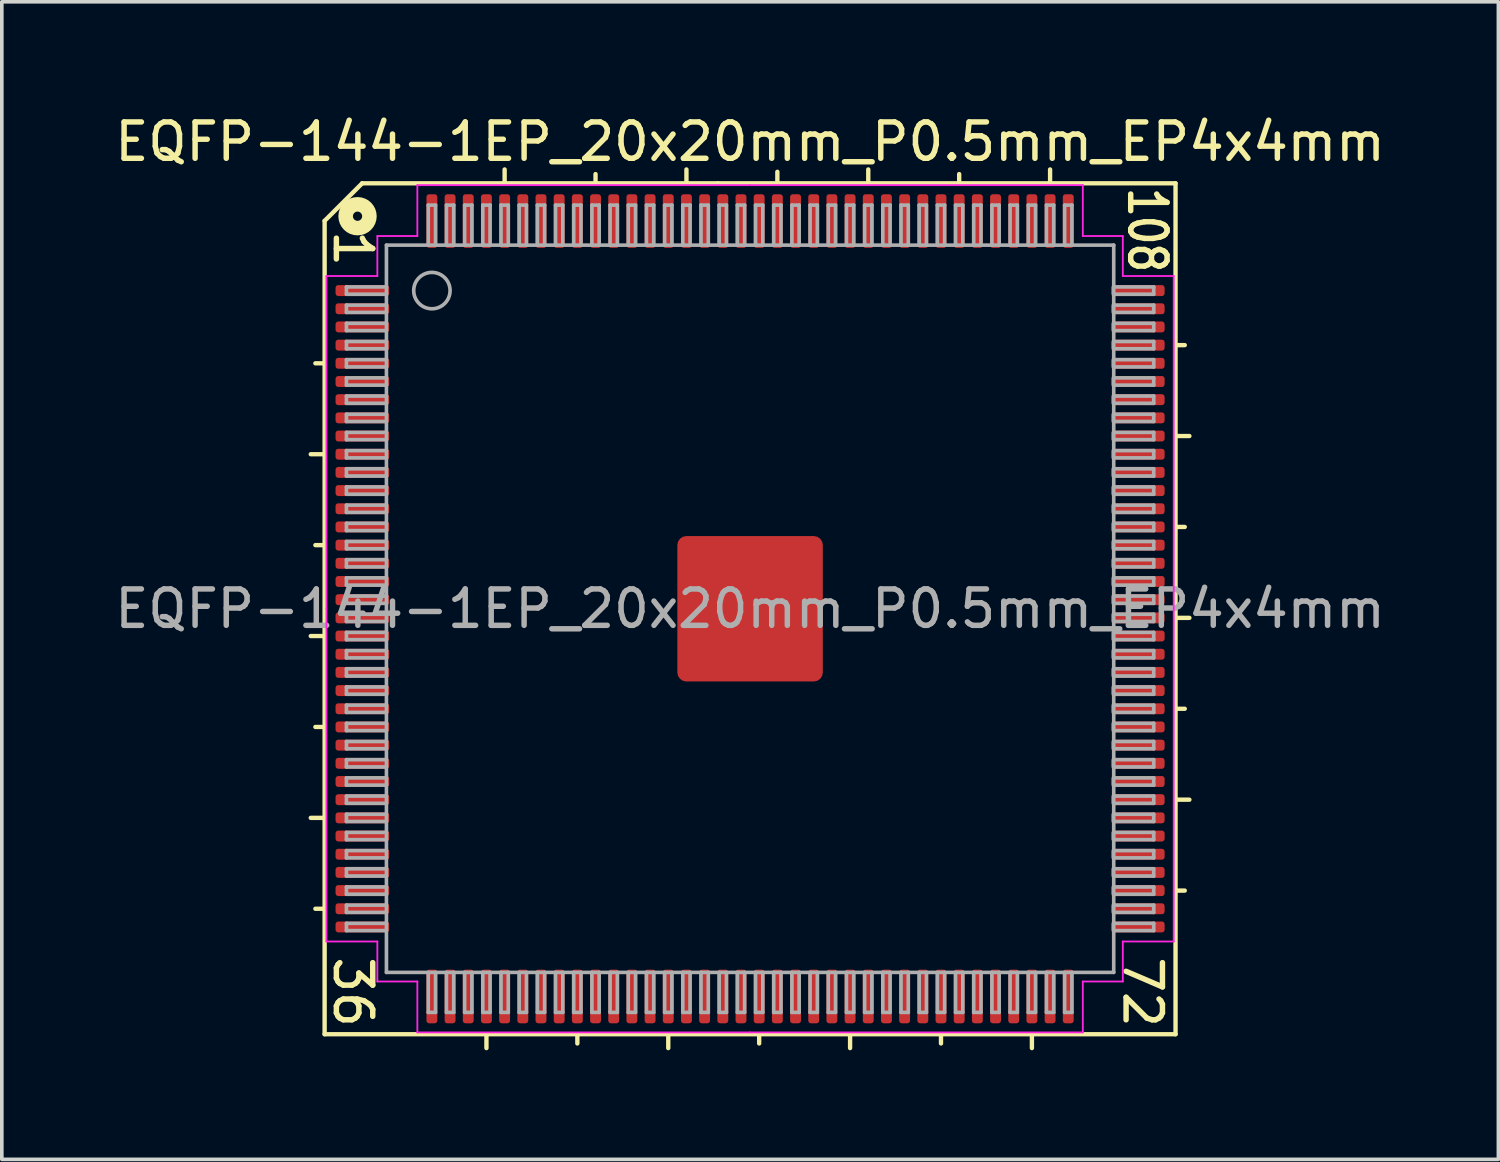
<source format=kicad_pcb>
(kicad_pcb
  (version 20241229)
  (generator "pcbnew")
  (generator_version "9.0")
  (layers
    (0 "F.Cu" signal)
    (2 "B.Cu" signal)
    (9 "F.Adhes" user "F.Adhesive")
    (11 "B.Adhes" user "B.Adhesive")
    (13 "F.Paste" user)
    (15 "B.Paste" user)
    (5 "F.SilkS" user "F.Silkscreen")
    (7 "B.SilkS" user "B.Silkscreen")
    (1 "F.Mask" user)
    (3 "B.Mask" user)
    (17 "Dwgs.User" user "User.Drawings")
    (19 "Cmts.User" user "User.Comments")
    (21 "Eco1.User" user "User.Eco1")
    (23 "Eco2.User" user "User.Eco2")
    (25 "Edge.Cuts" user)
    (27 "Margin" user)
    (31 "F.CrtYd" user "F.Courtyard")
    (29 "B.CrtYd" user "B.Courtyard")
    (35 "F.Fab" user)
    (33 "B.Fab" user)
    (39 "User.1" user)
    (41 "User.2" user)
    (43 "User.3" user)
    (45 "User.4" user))
  (footprint "EQFP-144-1EP_20x20mm_P0.5mm_EP4x4mm"
    (layer "F.Cu")
    (at 17.577 13.691)
    (property "Reference" "EQFP-144-1EP_20x20mm_P0.5mm_EP4x4mm" (at 0 -12.843 0) (layer "F.SilkS") (effects (font (size 1 1) (thickness 0.15))))
    (attr smd)
    (fp_line (start -11.7 -10.668) (end -11.7 11.7) (stroke (width 0.12) (type solid)) (layer "F.SilkS"))
    (fp_line (start -11.7 -6.75) (end -11.954 -6.75) (stroke (width 0.12) (type solid)) (layer "F.SilkS"))
    (fp_line (start -11.7 -4.25) (end -12.081 -4.25) (stroke (width 0.12) (type solid)) (layer "F.SilkS"))
    (fp_line (start -11.7 -1.75) (end -11.954 -1.75) (stroke (width 0.12) (type solid)) (layer "F.SilkS"))
    (fp_line (start -11.7 0.75) (end -12.081 0.75) (stroke (width 0.12) (type solid)) (layer "F.SilkS"))
    (fp_line (start -11.7 3.25) (end -11.954 3.25) (stroke (width 0.12) (type solid)) (layer "F.SilkS"))
    (fp_line (start -11.7 5.75) (end -12.081 5.75) (stroke (width 0.12) (type solid)) (layer "F.SilkS"))
    (fp_line (start -11.7 8.25) (end -11.954 8.25) (stroke (width 0.12) (type solid)) (layer "F.SilkS"))
    (fp_line (start -11.7 11.7) (end 11.7 11.7) (stroke (width 0.12) (type solid)) (layer "F.SilkS"))
    (fp_line (start -10.668 -11.7) (end -11.7 -10.668) (stroke (width 0.12) (type solid)) (layer "F.SilkS"))
    (fp_line (start -7.25 11.7) (end -7.25 12.081) (stroke (width 0.12) (type solid)) (layer "F.SilkS"))
    (fp_line (start -6.75 -11.7) (end -6.75 -12.081) (stroke (width 0.12) (type solid)) (layer "F.SilkS"))
    (fp_line (start -4.75 11.7) (end -4.75 11.954) (stroke (width 0.12) (type solid)) (layer "F.SilkS"))
    (fp_line (start -4.25 -11.7) (end -4.25 -11.954) (stroke (width 0.12) (type solid)) (layer "F.SilkS"))
    (fp_line (start -2.25 11.7) (end -2.25 12.081) (stroke (width 0.12) (type solid)) (layer "F.SilkS"))
    (fp_line (start -1.75 -11.7) (end -1.75 -12.081) (stroke (width 0.12) (type solid)) (layer "F.SilkS"))
    (fp_line (start -0.889 -11.7) (end -10.668 -11.7) (stroke (width 0.12) (type solid)) (layer "F.SilkS"))
    (fp_line (start 0.25 11.7) (end 0.25 11.954) (stroke (width 0.12) (type solid)) (layer "F.SilkS"))
    (fp_line (start 0.75 -11.766) (end 0.75 -12.016) (stroke (width 0.12) (type solid)) (layer "F.SilkS"))
    (fp_line (start 2.75 11.7) (end 2.75 12.081) (stroke (width 0.12) (type solid)) (layer "F.SilkS"))
    (fp_line (start 3.25 -11.7) (end 3.25 -12.081) (stroke (width 0.12) (type solid)) (layer "F.SilkS"))
    (fp_line (start 5.25 11.7) (end 5.25 11.954) (stroke (width 0.12) (type solid)) (layer "F.SilkS"))
    (fp_line (start 5.75 -11.7) (end 5.75 -11.954) (stroke (width 0.12) (type solid)) (layer "F.SilkS"))
    (fp_line (start 7.75 11.7) (end 7.75 12.081) (stroke (width 0.12) (type solid)) (layer "F.SilkS"))
    (fp_line (start 8.25 -11.7) (end 8.25 -12.081) (stroke (width 0.12) (type solid)) (layer "F.SilkS"))
    (fp_line (start 11.7 -11.7) (end -0.889 -11.7) (stroke (width 0.12) (type solid)) (layer "F.SilkS"))
    (fp_line (start 11.7 -7.25) (end 11.954 -7.25) (stroke (width 0.12) (type solid)) (layer "F.SilkS"))
    (fp_line (start 11.7 -4.75) (end 12.081 -4.75) (stroke (width 0.12) (type solid)) (layer "F.SilkS"))
    (fp_line (start 11.7 -2.25) (end 11.954 -2.25) (stroke (width 0.12) (type solid)) (layer "F.SilkS"))
    (fp_line (start 11.7 0.25) (end 12.081 0.25) (stroke (width 0.12) (type solid)) (layer "F.SilkS"))
    (fp_line (start 11.7 2.75) (end 11.954 2.75) (stroke (width 0.12) (type solid)) (layer "F.SilkS"))
    (fp_line (start 11.7 5.25) (end 12.081 5.25) (stroke (width 0.12) (type solid)) (layer "F.SilkS"))
    (fp_line (start 11.7 7.75) (end 11.954 7.75) (stroke (width 0.12) (type solid)) (layer "F.SilkS"))
    (fp_line (start 11.7 11.7) (end 11.7 -11.7) (stroke (width 0.12) (type solid)) (layer "F.SilkS"))
    (fp_circle (center -10.795 -10.795) (end -10.668 -10.795) (stroke (width 0.4) (type solid)) (fill no) (layer "F.SilkS"))
    (fp_line (start -11.65 -9.15) (end -11.65 0) (stroke (width 0.05) (type solid)) (layer "F.CrtYd"))
    (fp_line (start -11.65 9.15) (end -11.65 0) (stroke (width 0.05) (type solid)) (layer "F.CrtYd"))
    (fp_line (start -10.25 -10.25) (end -10.25 -9.15) (stroke (width 0.05) (type solid)) (layer "F.CrtYd"))
    (fp_line (start -10.25 -9.15) (end -11.65 -9.15) (stroke (width 0.05) (type solid)) (layer "F.CrtYd"))
    (fp_line (start -10.25 9.15) (end -11.65 9.15) (stroke (width 0.05) (type solid)) (layer "F.CrtYd"))
    (fp_line (start -10.25 10.25) (end -10.25 9.15) (stroke (width 0.05) (type solid)) (layer "F.CrtYd"))
    (fp_line (start -9.15 -11.65) (end -9.15 -10.25) (stroke (width 0.05) (type solid)) (layer "F.CrtYd"))
    (fp_line (start -9.15 -10.25) (end -10.25 -10.25) (stroke (width 0.05) (type solid)) (layer "F.CrtYd"))
    (fp_line (start -9.15 10.25) (end -10.25 10.25) (stroke (width 0.05) (type solid)) (layer "F.CrtYd"))
    (fp_line (start -9.15 11.65) (end -9.15 10.25) (stroke (width 0.05) (type solid)) (layer "F.CrtYd"))
    (fp_line (start 0 -11.65) (end -9.15 -11.65) (stroke (width 0.05) (type solid)) (layer "F.CrtYd"))
    (fp_line (start 0 -11.65) (end 9.15 -11.65) (stroke (width 0.05) (type solid)) (layer "F.CrtYd"))
    (fp_line (start 0 11.65) (end -9.15 11.65) (stroke (width 0.05) (type solid)) (layer "F.CrtYd"))
    (fp_line (start 0 11.65) (end 9.15 11.65) (stroke (width 0.05) (type solid)) (layer "F.CrtYd"))
    (fp_line (start 9.15 -11.65) (end 9.15 -10.25) (stroke (width 0.05) (type solid)) (layer "F.CrtYd"))
    (fp_line (start 9.15 -10.25) (end 10.25 -10.25) (stroke (width 0.05) (type solid)) (layer "F.CrtYd"))
    (fp_line (start 9.15 10.25) (end 10.25 10.25) (stroke (width 0.05) (type solid)) (layer "F.CrtYd"))
    (fp_line (start 9.15 11.65) (end 9.15 10.25) (stroke (width 0.05) (type solid)) (layer "F.CrtYd"))
    (fp_line (start 10.25 -10.25) (end 10.25 -9.15) (stroke (width 0.05) (type solid)) (layer "F.CrtYd"))
    (fp_line (start 10.25 -9.15) (end 11.65 -9.15) (stroke (width 0.05) (type solid)) (layer "F.CrtYd"))
    (fp_line (start 10.25 9.15) (end 11.65 9.15) (stroke (width 0.05) (type solid)) (layer "F.CrtYd"))
    (fp_line (start 10.25 10.25) (end 10.25 9.15) (stroke (width 0.05) (type solid)) (layer "F.CrtYd"))
    (fp_line (start 11.65 -9.15) (end 11.65 0) (stroke (width 0.05) (type solid)) (layer "F.CrtYd"))
    (fp_line (start 11.65 9.15) (end 11.65 0) (stroke (width 0.05) (type solid)) (layer "F.CrtYd"))
    (fp_line (start -11.1 -8.85) (end -11.1 -8.65) (stroke (width 0.1) (type solid)) (layer "F.Fab"))
    (fp_line (start -11.1 -8.85) (end -10 -8.85) (stroke (width 0.1) (type solid)) (layer "F.Fab"))
    (fp_line (start -11.1 -8.65) (end -10 -8.65) (stroke (width 0.1) (type solid)) (layer "F.Fab"))
    (fp_line (start -11.1 -8.35) (end -11.1 -8.15) (stroke (width 0.1) (type solid)) (layer "F.Fab"))
    (fp_line (start -11.1 -8.35) (end -10 -8.35) (stroke (width 0.1) (type solid)) (layer "F.Fab"))
    (fp_line (start -11.1 -8.15) (end -10 -8.15) (stroke (width 0.1) (type solid)) (layer "F.Fab"))
    (fp_line (start -11.1 -7.85) (end -11.1 -7.65) (stroke (width 0.1) (type solid)) (layer "F.Fab"))
    (fp_line (start -11.1 -7.85) (end -10 -7.85) (stroke (width 0.1) (type solid)) (layer "F.Fab"))
    (fp_line (start -11.1 -7.65) (end -10 -7.65) (stroke (width 0.1) (type solid)) (layer "F.Fab"))
    (fp_line (start -11.1 -7.35) (end -11.1 -7.15) (stroke (width 0.1) (type solid)) (layer "F.Fab"))
    (fp_line (start -11.1 -7.35) (end -10 -7.35) (stroke (width 0.1) (type solid)) (layer "F.Fab"))
    (fp_line (start -11.1 -7.15) (end -10 -7.15) (stroke (width 0.1) (type solid)) (layer "F.Fab"))
    (fp_line (start -11.1 -6.85) (end -11.1 -6.65) (stroke (width 0.1) (type solid)) (layer "F.Fab"))
    (fp_line (start -11.1 -6.85) (end -10 -6.85) (stroke (width 0.1) (type solid)) (layer "F.Fab"))
    (fp_line (start -11.1 -6.65) (end -10 -6.65) (stroke (width 0.1) (type solid)) (layer "F.Fab"))
    (fp_line (start -11.1 -6.35) (end -11.1 -6.15) (stroke (width 0.1) (type solid)) (layer "F.Fab"))
    (fp_line (start -11.1 -6.35) (end -10 -6.35) (stroke (width 0.1) (type solid)) (layer "F.Fab"))
    (fp_line (start -11.1 -6.15) (end -10 -6.15) (stroke (width 0.1) (type solid)) (layer "F.Fab"))
    (fp_line (start -11.1 -5.85) (end -11.1 -5.65) (stroke (width 0.1) (type solid)) (layer "F.Fab"))
    (fp_line (start -11.1 -5.85) (end -10 -5.85) (stroke (width 0.1) (type solid)) (layer "F.Fab"))
    (fp_line (start -11.1 -5.65) (end -10 -5.65) (stroke (width 0.1) (type solid)) (layer "F.Fab"))
    (fp_line (start -11.1 -5.35) (end -11.1 -5.15) (stroke (width 0.1) (type solid)) (layer "F.Fab"))
    (fp_line (start -11.1 -5.35) (end -10 -5.35) (stroke (width 0.1) (type solid)) (layer "F.Fab"))
    (fp_line (start -11.1 -5.15) (end -10 -5.15) (stroke (width 0.1) (type solid)) (layer "F.Fab"))
    (fp_line (start -11.1 -4.85) (end -11.1 -4.65) (stroke (width 0.1) (type solid)) (layer "F.Fab"))
    (fp_line (start -11.1 -4.85) (end -10 -4.85) (stroke (width 0.1) (type solid)) (layer "F.Fab"))
    (fp_line (start -11.1 -4.65) (end -10 -4.65) (stroke (width 0.1) (type solid)) (layer "F.Fab"))
    (fp_line (start -11.1 -4.35) (end -11.1 -4.15) (stroke (width 0.1) (type solid)) (layer "F.Fab"))
    (fp_line (start -11.1 -4.35) (end -10 -4.35) (stroke (width 0.1) (type solid)) (layer "F.Fab"))
    (fp_line (start -11.1 -4.15) (end -10 -4.15) (stroke (width 0.1) (type solid)) (layer "F.Fab"))
    (fp_line (start -11.1 -3.85) (end -11.1 -3.65) (stroke (width 0.1) (type solid)) (layer "F.Fab"))
    (fp_line (start -11.1 -3.85) (end -10 -3.85) (stroke (width 0.1) (type solid)) (layer "F.Fab"))
    (fp_line (start -11.1 -3.65) (end -10 -3.65) (stroke (width 0.1) (type solid)) (layer "F.Fab"))
    (fp_line (start -11.1 -3.35) (end -11.1 -3.15) (stroke (width 0.1) (type solid)) (layer "F.Fab"))
    (fp_line (start -11.1 -3.35) (end -10 -3.35) (stroke (width 0.1) (type solid)) (layer "F.Fab"))
    (fp_line (start -11.1 -3.15) (end -10 -3.15) (stroke (width 0.1) (type solid)) (layer "F.Fab"))
    (fp_line (start -11.1 -2.85) (end -11.1 -2.65) (stroke (width 0.1) (type solid)) (layer "F.Fab"))
    (fp_line (start -11.1 -2.85) (end -10 -2.85) (stroke (width 0.1) (type solid)) (layer "F.Fab"))
    (fp_line (start -11.1 -2.65) (end -10 -2.65) (stroke (width 0.1) (type solid)) (layer "F.Fab"))
    (fp_line (start -11.1 -2.35) (end -11.1 -2.15) (stroke (width 0.1) (type solid)) (layer "F.Fab"))
    (fp_line (start -11.1 -2.35) (end -10 -2.35) (stroke (width 0.1) (type solid)) (layer "F.Fab"))
    (fp_line (start -11.1 -2.15) (end -10 -2.15) (stroke (width 0.1) (type solid)) (layer "F.Fab"))
    (fp_line (start -11.1 -1.85) (end -11.1 -1.65) (stroke (width 0.1) (type solid)) (layer "F.Fab"))
    (fp_line (start -11.1 -1.85) (end -10 -1.85) (stroke (width 0.1) (type solid)) (layer "F.Fab"))
    (fp_line (start -11.1 -1.65) (end -10 -1.65) (stroke (width 0.1) (type solid)) (layer "F.Fab"))
    (fp_line (start -11.1 -1.35) (end -11.1 -1.15) (stroke (width 0.1) (type solid)) (layer "F.Fab"))
    (fp_line (start -11.1 -1.35) (end -10 -1.35) (stroke (width 0.1) (type solid)) (layer "F.Fab"))
    (fp_line (start -11.1 -1.15) (end -10 -1.15) (stroke (width 0.1) (type solid)) (layer "F.Fab"))
    (fp_line (start -11.1 -0.85) (end -11.1 -0.65) (stroke (width 0.1) (type solid)) (layer "F.Fab"))
    (fp_line (start -11.1 -0.85) (end -10 -0.85) (stroke (width 0.1) (type solid)) (layer "F.Fab"))
    (fp_line (start -11.1 -0.65) (end -10 -0.65) (stroke (width 0.1) (type solid)) (layer "F.Fab"))
    (fp_line (start -11.1 -0.35) (end -11.1 -0.15) (stroke (width 0.1) (type solid)) (layer "F.Fab"))
    (fp_line (start -11.1 -0.35) (end -10 -0.35) (stroke (width 0.1) (type solid)) (layer "F.Fab"))
    (fp_line (start -11.1 -0.15) (end -10 -0.15) (stroke (width 0.1) (type solid)) (layer "F.Fab"))
    (fp_line (start -11.1 0.15) (end -11.1 0.35) (stroke (width 0.1) (type solid)) (layer "F.Fab"))
    (fp_line (start -11.1 0.15) (end -10 0.15) (stroke (width 0.1) (type solid)) (layer "F.Fab"))
    (fp_line (start -11.1 0.35) (end -10 0.35) (stroke (width 0.1) (type solid)) (layer "F.Fab"))
    (fp_line (start -11.1 0.65) (end -11.1 0.85) (stroke (width 0.1) (type solid)) (layer "F.Fab"))
    (fp_line (start -11.1 0.65) (end -10 0.65) (stroke (width 0.1) (type solid)) (layer "F.Fab"))
    (fp_line (start -11.1 0.85) (end -10 0.85) (stroke (width 0.1) (type solid)) (layer "F.Fab"))
    (fp_line (start -11.1 1.15) (end -11.1 1.35) (stroke (width 0.1) (type solid)) (layer "F.Fab"))
    (fp_line (start -11.1 1.15) (end -10 1.15) (stroke (width 0.1) (type solid)) (layer "F.Fab"))
    (fp_line (start -11.1 1.35) (end -10 1.35) (stroke (width 0.1) (type solid)) (layer "F.Fab"))
    (fp_line (start -11.1 1.65) (end -11.1 1.85) (stroke (width 0.1) (type solid)) (layer "F.Fab"))
    (fp_line (start -11.1 1.65) (end -10 1.65) (stroke (width 0.1) (type solid)) (layer "F.Fab"))
    (fp_line (start -11.1 1.85) (end -10 1.85) (stroke (width 0.1) (type solid)) (layer "F.Fab"))
    (fp_line (start -11.1 2.15) (end -11.1 2.35) (stroke (width 0.1) (type solid)) (layer "F.Fab"))
    (fp_line (start -11.1 2.15) (end -10 2.15) (stroke (width 0.1) (type solid)) (layer "F.Fab"))
    (fp_line (start -11.1 2.35) (end -10 2.35) (stroke (width 0.1) (type solid)) (layer "F.Fab"))
    (fp_line (start -11.1 2.65) (end -11.1 2.85) (stroke (width 0.1) (type solid)) (layer "F.Fab"))
    (fp_line (start -11.1 2.65) (end -10 2.65) (stroke (width 0.1) (type solid)) (layer "F.Fab"))
    (fp_line (start -11.1 2.85) (end -10 2.85) (stroke (width 0.1) (type solid)) (layer "F.Fab"))
    (fp_line (start -11.1 3.15) (end -11.1 3.35) (stroke (width 0.1) (type solid)) (layer "F.Fab"))
    (fp_line (start -11.1 3.15) (end -10 3.15) (stroke (width 0.1) (type solid)) (layer "F.Fab"))
    (fp_line (start -11.1 3.35) (end -10 3.35) (stroke (width 0.1) (type solid)) (layer "F.Fab"))
    (fp_line (start -11.1 3.65) (end -11.1 3.85) (stroke (width 0.1) (type solid)) (layer "F.Fab"))
    (fp_line (start -11.1 3.65) (end -10 3.65) (stroke (width 0.1) (type solid)) (layer "F.Fab"))
    (fp_line (start -11.1 3.85) (end -10 3.85) (stroke (width 0.1) (type solid)) (layer "F.Fab"))
    (fp_line (start -11.1 4.15) (end -11.1 4.35) (stroke (width 0.1) (type solid)) (layer "F.Fab"))
    (fp_line (start -11.1 4.15) (end -10 4.15) (stroke (width 0.1) (type solid)) (layer "F.Fab"))
    (fp_line (start -11.1 4.35) (end -10 4.35) (stroke (width 0.1) (type solid)) (layer "F.Fab"))
    (fp_line (start -11.1 4.65) (end -11.1 4.85) (stroke (width 0.1) (type solid)) (layer "F.Fab"))
    (fp_line (start -11.1 4.65) (end -10 4.65) (stroke (width 0.1) (type solid)) (layer "F.Fab"))
    (fp_line (start -11.1 4.85) (end -10 4.85) (stroke (width 0.1) (type solid)) (layer "F.Fab"))
    (fp_line (start -11.1 5.15) (end -11.1 5.35) (stroke (width 0.1) (type solid)) (layer "F.Fab"))
    (fp_line (start -11.1 5.15) (end -10 5.15) (stroke (width 0.1) (type solid)) (layer "F.Fab"))
    (fp_line (start -11.1 5.35) (end -10 5.35) (stroke (width 0.1) (type solid)) (layer "F.Fab"))
    (fp_line (start -11.1 5.65) (end -11.1 5.85) (stroke (width 0.1) (type solid)) (layer "F.Fab"))
    (fp_line (start -11.1 5.65) (end -10 5.65) (stroke (width 0.1) (type solid)) (layer "F.Fab"))
    (fp_line (start -11.1 5.85) (end -10 5.85) (stroke (width 0.1) (type solid)) (layer "F.Fab"))
    (fp_line (start -11.1 6.15) (end -11.1 6.35) (stroke (width 0.1) (type solid)) (layer "F.Fab"))
    (fp_line (start -11.1 6.15) (end -10 6.15) (stroke (width 0.1) (type solid)) (layer "F.Fab"))
    (fp_line (start -11.1 6.35) (end -10 6.35) (stroke (width 0.1) (type solid)) (layer "F.Fab"))
    (fp_line (start -11.1 6.65) (end -11.1 6.85) (stroke (width 0.1) (type solid)) (layer "F.Fab"))
    (fp_line (start -11.1 6.65) (end -10 6.65) (stroke (width 0.1) (type solid)) (layer "F.Fab"))
    (fp_line (start -11.1 6.85) (end -10 6.85) (stroke (width 0.1) (type solid)) (layer "F.Fab"))
    (fp_line (start -11.1 7.15) (end -11.1 7.35) (stroke (width 0.1) (type solid)) (layer "F.Fab"))
    (fp_line (start -11.1 7.15) (end -10 7.15) (stroke (width 0.1) (type solid)) (layer "F.Fab"))
    (fp_line (start -11.1 7.35) (end -10 7.35) (stroke (width 0.1) (type solid)) (layer "F.Fab"))
    (fp_line (start -11.1 7.65) (end -11.1 7.85) (stroke (width 0.1) (type solid)) (layer "F.Fab"))
    (fp_line (start -11.1 7.65) (end -10 7.65) (stroke (width 0.1) (type solid)) (layer "F.Fab"))
    (fp_line (start -11.1 7.85) (end -10 7.85) (stroke (width 0.1) (type solid)) (layer "F.Fab"))
    (fp_line (start -11.1 8.15) (end -11.1 8.35) (stroke (width 0.1) (type solid)) (layer "F.Fab"))
    (fp_line (start -11.1 8.15) (end -10 8.15) (stroke (width 0.1) (type solid)) (layer "F.Fab"))
    (fp_line (start -11.1 8.35) (end -10 8.35) (stroke (width 0.1) (type solid)) (layer "F.Fab"))
    (fp_line (start -11.1 8.65) (end -11.1 8.85) (stroke (width 0.1) (type solid)) (layer "F.Fab"))
    (fp_line (start -11.1 8.65) (end -10 8.65) (stroke (width 0.1) (type solid)) (layer "F.Fab"))
    (fp_line (start -11.1 8.85) (end -10 8.85) (stroke (width 0.1) (type solid)) (layer "F.Fab"))
    (fp_line (start -10 -10) (end 10 -10) (stroke (width 0.1) (type solid)) (layer "F.Fab"))
    (fp_line (start -10 10) (end -10 -10) (stroke (width 0.1) (type solid)) (layer "F.Fab"))
    (fp_line (start -8.85 -11.1) (end -8.85 -10) (stroke (width 0.1) (type solid)) (layer "F.Fab"))
    (fp_line (start -8.85 11.1) (end -8.85 10) (stroke (width 0.1) (type solid)) (layer "F.Fab"))
    (fp_line (start -8.85 11.1) (end -8.65 11.1) (stroke (width 0.1) (type solid)) (layer "F.Fab"))
    (fp_line (start -8.65 -11.1) (end -8.85 -11.1) (stroke (width 0.1) (type solid)) (layer "F.Fab"))
    (fp_line (start -8.65 -11.1) (end -8.65 -10) (stroke (width 0.1) (type solid)) (layer "F.Fab"))
    (fp_line (start -8.65 11.1) (end -8.65 10) (stroke (width 0.1) (type solid)) (layer "F.Fab"))
    (fp_line (start -8.35 -11.1) (end -8.35 -10) (stroke (width 0.1) (type solid)) (layer "F.Fab"))
    (fp_line (start -8.35 11.1) (end -8.35 10) (stroke (width 0.1) (type solid)) (layer "F.Fab"))
    (fp_line (start -8.35 11.1) (end -8.15 11.1) (stroke (width 0.1) (type solid)) (layer "F.Fab"))
    (fp_line (start -8.15 -11.1) (end -8.35 -11.1) (stroke (width 0.1) (type solid)) (layer "F.Fab"))
    (fp_line (start -8.15 -11.1) (end -8.15 -10) (stroke (width 0.1) (type solid)) (layer "F.Fab"))
    (fp_line (start -8.15 11.1) (end -8.15 10) (stroke (width 0.1) (type solid)) (layer "F.Fab"))
    (fp_line (start -7.85 -11.1) (end -7.85 -10) (stroke (width 0.1) (type solid)) (layer "F.Fab"))
    (fp_line (start -7.85 11.1) (end -7.85 10) (stroke (width 0.1) (type solid)) (layer "F.Fab"))
    (fp_line (start -7.85 11.1) (end -7.65 11.1) (stroke (width 0.1) (type solid)) (layer "F.Fab"))
    (fp_line (start -7.65 -11.1) (end -7.85 -11.1) (stroke (width 0.1) (type solid)) (layer "F.Fab"))
    (fp_line (start -7.65 -11.1) (end -7.65 -10) (stroke (width 0.1) (type solid)) (layer "F.Fab"))
    (fp_line (start -7.65 11.1) (end -7.65 10) (stroke (width 0.1) (type solid)) (layer "F.Fab"))
    (fp_line (start -7.35 -11.1) (end -7.35 -10) (stroke (width 0.1) (type solid)) (layer "F.Fab"))
    (fp_line (start -7.35 11.1) (end -7.35 10) (stroke (width 0.1) (type solid)) (layer "F.Fab"))
    (fp_line (start -7.35 11.1) (end -7.15 11.1) (stroke (width 0.1) (type solid)) (layer "F.Fab"))
    (fp_line (start -7.15 -11.1) (end -7.35 -11.1) (stroke (width 0.1) (type solid)) (layer "F.Fab"))
    (fp_line (start -7.15 -11.1) (end -7.15 -10) (stroke (width 0.1) (type solid)) (layer "F.Fab"))
    (fp_line (start -7.15 11.1) (end -7.15 10) (stroke (width 0.1) (type solid)) (layer "F.Fab"))
    (fp_line (start -6.85 -11.1) (end -6.85 -10) (stroke (width 0.1) (type solid)) (layer "F.Fab"))
    (fp_line (start -6.85 11.1) (end -6.85 10) (stroke (width 0.1) (type solid)) (layer "F.Fab"))
    (fp_line (start -6.85 11.1) (end -6.65 11.1) (stroke (width 0.1) (type solid)) (layer "F.Fab"))
    (fp_line (start -6.65 -11.1) (end -6.85 -11.1) (stroke (width 0.1) (type solid)) (layer "F.Fab"))
    (fp_line (start -6.65 -11.1) (end -6.65 -10) (stroke (width 0.1) (type solid)) (layer "F.Fab"))
    (fp_line (start -6.65 11.1) (end -6.65 10) (stroke (width 0.1) (type solid)) (layer "F.Fab"))
    (fp_line (start -6.35 -11.1) (end -6.35 -10) (stroke (width 0.1) (type solid)) (layer "F.Fab"))
    (fp_line (start -6.35 11.1) (end -6.35 10) (stroke (width 0.1) (type solid)) (layer "F.Fab"))
    (fp_line (start -6.35 11.1) (end -6.15 11.1) (stroke (width 0.1) (type solid)) (layer "F.Fab"))
    (fp_line (start -6.15 -11.1) (end -6.35 -11.1) (stroke (width 0.1) (type solid)) (layer "F.Fab"))
    (fp_line (start -6.15 -11.1) (end -6.15 -10) (stroke (width 0.1) (type solid)) (layer "F.Fab"))
    (fp_line (start -6.15 11.1) (end -6.15 10) (stroke (width 0.1) (type solid)) (layer "F.Fab"))
    (fp_line (start -5.85 -11.1) (end -5.85 -10) (stroke (width 0.1) (type solid)) (layer "F.Fab"))
    (fp_line (start -5.85 11.1) (end -5.85 10) (stroke (width 0.1) (type solid)) (layer "F.Fab"))
    (fp_line (start -5.85 11.1) (end -5.65 11.1) (stroke (width 0.1) (type solid)) (layer "F.Fab"))
    (fp_line (start -5.65 -11.1) (end -5.85 -11.1) (stroke (width 0.1) (type solid)) (layer "F.Fab"))
    (fp_line (start -5.65 -11.1) (end -5.65 -10) (stroke (width 0.1) (type solid)) (layer "F.Fab"))
    (fp_line (start -5.65 11.1) (end -5.65 10) (stroke (width 0.1) (type solid)) (layer "F.Fab"))
    (fp_line (start -5.35 -11.1) (end -5.35 -10) (stroke (width 0.1) (type solid)) (layer "F.Fab"))
    (fp_line (start -5.35 11.1) (end -5.35 10) (stroke (width 0.1) (type solid)) (layer "F.Fab"))
    (fp_line (start -5.35 11.1) (end -5.15 11.1) (stroke (width 0.1) (type solid)) (layer "F.Fab"))
    (fp_line (start -5.15 -11.1) (end -5.35 -11.1) (stroke (width 0.1) (type solid)) (layer "F.Fab"))
    (fp_line (start -5.15 -11.1) (end -5.15 -10) (stroke (width 0.1) (type solid)) (layer "F.Fab"))
    (fp_line (start -5.15 11.1) (end -5.15 10) (stroke (width 0.1) (type solid)) (layer "F.Fab"))
    (fp_line (start -4.85 -11.1) (end -4.85 -10) (stroke (width 0.1) (type solid)) (layer "F.Fab"))
    (fp_line (start -4.85 11.1) (end -4.85 10) (stroke (width 0.1) (type solid)) (layer "F.Fab"))
    (fp_line (start -4.85 11.1) (end -4.65 11.1) (stroke (width 0.1) (type solid)) (layer "F.Fab"))
    (fp_line (start -4.65 -11.1) (end -4.85 -11.1) (stroke (width 0.1) (type solid)) (layer "F.Fab"))
    (fp_line (start -4.65 -11.1) (end -4.65 -10) (stroke (width 0.1) (type solid)) (layer "F.Fab"))
    (fp_line (start -4.65 11.1) (end -4.65 10) (stroke (width 0.1) (type solid)) (layer "F.Fab"))
    (fp_line (start -4.35 -11.1) (end -4.35 -10) (stroke (width 0.1) (type solid)) (layer "F.Fab"))
    (fp_line (start -4.35 11.1) (end -4.35 10) (stroke (width 0.1) (type solid)) (layer "F.Fab"))
    (fp_line (start -4.35 11.1) (end -4.15 11.1) (stroke (width 0.1) (type solid)) (layer "F.Fab"))
    (fp_line (start -4.15 -11.1) (end -4.35 -11.1) (stroke (width 0.1) (type solid)) (layer "F.Fab"))
    (fp_line (start -4.15 -11.1) (end -4.15 -10) (stroke (width 0.1) (type solid)) (layer "F.Fab"))
    (fp_line (start -4.15 11.1) (end -4.15 10) (stroke (width 0.1) (type solid)) (layer "F.Fab"))
    (fp_line (start -3.85 -11.1) (end -3.85 -10) (stroke (width 0.1) (type solid)) (layer "F.Fab"))
    (fp_line (start -3.85 11.1) (end -3.85 10) (stroke (width 0.1) (type solid)) (layer "F.Fab"))
    (fp_line (start -3.85 11.1) (end -3.65 11.1) (stroke (width 0.1) (type solid)) (layer "F.Fab"))
    (fp_line (start -3.65 -11.1) (end -3.85 -11.1) (stroke (width 0.1) (type solid)) (layer "F.Fab"))
    (fp_line (start -3.65 -11.1) (end -3.65 -10) (stroke (width 0.1) (type solid)) (layer "F.Fab"))
    (fp_line (start -3.65 11.1) (end -3.65 10) (stroke (width 0.1) (type solid)) (layer "F.Fab"))
    (fp_line (start -3.35 -11.1) (end -3.35 -10) (stroke (width 0.1) (type solid)) (layer "F.Fab"))
    (fp_line (start -3.35 11.1) (end -3.35 10) (stroke (width 0.1) (type solid)) (layer "F.Fab"))
    (fp_line (start -3.35 11.1) (end -3.15 11.1) (stroke (width 0.1) (type solid)) (layer "F.Fab"))
    (fp_line (start -3.15 -11.1) (end -3.35 -11.1) (stroke (width 0.1) (type solid)) (layer "F.Fab"))
    (fp_line (start -3.15 -11.1) (end -3.15 -10) (stroke (width 0.1) (type solid)) (layer "F.Fab"))
    (fp_line (start -3.15 11.1) (end -3.15 10) (stroke (width 0.1) (type solid)) (layer "F.Fab"))
    (fp_line (start -2.85 -11.1) (end -2.85 -10) (stroke (width 0.1) (type solid)) (layer "F.Fab"))
    (fp_line (start -2.85 11.1) (end -2.85 10) (stroke (width 0.1) (type solid)) (layer "F.Fab"))
    (fp_line (start -2.85 11.1) (end -2.65 11.1) (stroke (width 0.1) (type solid)) (layer "F.Fab"))
    (fp_line (start -2.65 -11.1) (end -2.85 -11.1) (stroke (width 0.1) (type solid)) (layer "F.Fab"))
    (fp_line (start -2.65 -11.1) (end -2.65 -10) (stroke (width 0.1) (type solid)) (layer "F.Fab"))
    (fp_line (start -2.65 11.1) (end -2.65 10) (stroke (width 0.1) (type solid)) (layer "F.Fab"))
    (fp_line (start -2.35 -11.1) (end -2.35 -10) (stroke (width 0.1) (type solid)) (layer "F.Fab"))
    (fp_line (start -2.35 11.1) (end -2.35 10) (stroke (width 0.1) (type solid)) (layer "F.Fab"))
    (fp_line (start -2.35 11.1) (end -2.15 11.1) (stroke (width 0.1) (type solid)) (layer "F.Fab"))
    (fp_line (start -2.15 -11.1) (end -2.35 -11.1) (stroke (width 0.1) (type solid)) (layer "F.Fab"))
    (fp_line (start -2.15 -11.1) (end -2.15 -10) (stroke (width 0.1) (type solid)) (layer "F.Fab"))
    (fp_line (start -2.15 11.1) (end -2.15 10) (stroke (width 0.1) (type solid)) (layer "F.Fab"))
    (fp_line (start -1.85 -11.1) (end -1.85 -10) (stroke (width 0.1) (type solid)) (layer "F.Fab"))
    (fp_line (start -1.85 11.1) (end -1.85 10) (stroke (width 0.1) (type solid)) (layer "F.Fab"))
    (fp_line (start -1.85 11.1) (end -1.65 11.1) (stroke (width 0.1) (type solid)) (layer "F.Fab"))
    (fp_line (start -1.65 -11.1) (end -1.85 -11.1) (stroke (width 0.1) (type solid)) (layer "F.Fab"))
    (fp_line (start -1.65 -11.1) (end -1.65 -10) (stroke (width 0.1) (type solid)) (layer "F.Fab"))
    (fp_line (start -1.65 11.1) (end -1.65 10) (stroke (width 0.1) (type solid)) (layer "F.Fab"))
    (fp_line (start -1.35 -11.1) (end -1.35 -10) (stroke (width 0.1) (type solid)) (layer "F.Fab"))
    (fp_line (start -1.35 11.1) (end -1.35 10) (stroke (width 0.1) (type solid)) (layer "F.Fab"))
    (fp_line (start -1.35 11.1) (end -1.15 11.1) (stroke (width 0.1) (type solid)) (layer "F.Fab"))
    (fp_line (start -1.15 -11.1) (end -1.35 -11.1) (stroke (width 0.1) (type solid)) (layer "F.Fab"))
    (fp_line (start -1.15 -11.1) (end -1.15 -10) (stroke (width 0.1) (type solid)) (layer "F.Fab"))
    (fp_line (start -1.15 11.1) (end -1.15 10) (stroke (width 0.1) (type solid)) (layer "F.Fab"))
    (fp_line (start -0.85 -11.1) (end -0.85 -10) (stroke (width 0.1) (type solid)) (layer "F.Fab"))
    (fp_line (start -0.85 11.1) (end -0.85 10) (stroke (width 0.1) (type solid)) (layer "F.Fab"))
    (fp_line (start -0.85 11.1) (end -0.65 11.1) (stroke (width 0.1) (type solid)) (layer "F.Fab"))
    (fp_line (start -0.65 -11.1) (end -0.85 -11.1) (stroke (width 0.1) (type solid)) (layer "F.Fab"))
    (fp_line (start -0.65 -11.1) (end -0.65 -10) (stroke (width 0.1) (type solid)) (layer "F.Fab"))
    (fp_line (start -0.65 11.1) (end -0.65 10) (stroke (width 0.1) (type solid)) (layer "F.Fab"))
    (fp_line (start -0.35 -11.1) (end -0.35 -10) (stroke (width 0.1) (type solid)) (layer "F.Fab"))
    (fp_line (start -0.35 11.1) (end -0.35 10) (stroke (width 0.1) (type solid)) (layer "F.Fab"))
    (fp_line (start -0.35 11.1) (end -0.15 11.1) (stroke (width 0.1) (type solid)) (layer "F.Fab"))
    (fp_line (start -0.15 -11.1) (end -0.35 -11.1) (stroke (width 0.1) (type solid)) (layer "F.Fab"))
    (fp_line (start -0.15 -11.1) (end -0.15 -10) (stroke (width 0.1) (type solid)) (layer "F.Fab"))
    (fp_line (start -0.15 11.1) (end -0.15 10) (stroke (width 0.1) (type solid)) (layer "F.Fab"))
    (fp_line (start 0.15 -11.1) (end 0.15 -10) (stroke (width 0.1) (type solid)) (layer "F.Fab"))
    (fp_line (start 0.15 11.1) (end 0.15 10) (stroke (width 0.1) (type solid)) (layer "F.Fab"))
    (fp_line (start 0.15 11.1) (end 0.35 11.1) (stroke (width 0.1) (type solid)) (layer "F.Fab"))
    (fp_line (start 0.35 -11.1) (end 0.15 -11.1) (stroke (width 0.1) (type solid)) (layer "F.Fab"))
    (fp_line (start 0.35 -11.1) (end 0.35 -10) (stroke (width 0.1) (type solid)) (layer "F.Fab"))
    (fp_line (start 0.35 11.1) (end 0.35 10) (stroke (width 0.1) (type solid)) (layer "F.Fab"))
    (fp_line (start 0.65 -11.1) (end 0.65 -10) (stroke (width 0.1) (type solid)) (layer "F.Fab"))
    (fp_line (start 0.65 11.1) (end 0.65 10) (stroke (width 0.1) (type solid)) (layer "F.Fab"))
    (fp_line (start 0.65 11.1) (end 0.85 11.1) (stroke (width 0.1) (type solid)) (layer "F.Fab"))
    (fp_line (start 0.85 -11.1) (end 0.65 -11.1) (stroke (width 0.1) (type solid)) (layer "F.Fab"))
    (fp_line (start 0.85 -11.1) (end 0.85 -10) (stroke (width 0.1) (type solid)) (layer "F.Fab"))
    (fp_line (start 0.85 11.1) (end 0.85 10) (stroke (width 0.1) (type solid)) (layer "F.Fab"))
    (fp_line (start 1.15 -11.1) (end 1.15 -10) (stroke (width 0.1) (type solid)) (layer "F.Fab"))
    (fp_line (start 1.15 11.1) (end 1.15 10) (stroke (width 0.1) (type solid)) (layer "F.Fab"))
    (fp_line (start 1.15 11.1) (end 1.35 11.1) (stroke (width 0.1) (type solid)) (layer "F.Fab"))
    (fp_line (start 1.35 -11.1) (end 1.15 -11.1) (stroke (width 0.1) (type solid)) (layer "F.Fab"))
    (fp_line (start 1.35 -11.1) (end 1.35 -10) (stroke (width 0.1) (type solid)) (layer "F.Fab"))
    (fp_line (start 1.35 11.1) (end 1.35 10) (stroke (width 0.1) (type solid)) (layer "F.Fab"))
    (fp_line (start 1.65 -11.1) (end 1.65 -10) (stroke (width 0.1) (type solid)) (layer "F.Fab"))
    (fp_line (start 1.65 11.1) (end 1.65 10) (stroke (width 0.1) (type solid)) (layer "F.Fab"))
    (fp_line (start 1.65 11.1) (end 1.85 11.1) (stroke (width 0.1) (type solid)) (layer "F.Fab"))
    (fp_line (start 1.85 -11.1) (end 1.65 -11.1) (stroke (width 0.1) (type solid)) (layer "F.Fab"))
    (fp_line (start 1.85 -11.1) (end 1.85 -10) (stroke (width 0.1) (type solid)) (layer "F.Fab"))
    (fp_line (start 1.85 11.1) (end 1.85 10) (stroke (width 0.1) (type solid)) (layer "F.Fab"))
    (fp_line (start 2.15 -11.1) (end 2.15 -10) (stroke (width 0.1) (type solid)) (layer "F.Fab"))
    (fp_line (start 2.15 11.1) (end 2.15 10) (stroke (width 0.1) (type solid)) (layer "F.Fab"))
    (fp_line (start 2.15 11.1) (end 2.35 11.1) (stroke (width 0.1) (type solid)) (layer "F.Fab"))
    (fp_line (start 2.35 -11.1) (end 2.15 -11.1) (stroke (width 0.1) (type solid)) (layer "F.Fab"))
    (fp_line (start 2.35 -11.1) (end 2.35 -10) (stroke (width 0.1) (type solid)) (layer "F.Fab"))
    (fp_line (start 2.35 11.1) (end 2.35 10) (stroke (width 0.1) (type solid)) (layer "F.Fab"))
    (fp_line (start 2.65 -11.1) (end 2.65 -10) (stroke (width 0.1) (type solid)) (layer "F.Fab"))
    (fp_line (start 2.65 11.1) (end 2.65 10) (stroke (width 0.1) (type solid)) (layer "F.Fab"))
    (fp_line (start 2.65 11.1) (end 2.85 11.1) (stroke (width 0.1) (type solid)) (layer "F.Fab"))
    (fp_line (start 2.85 -11.1) (end 2.65 -11.1) (stroke (width 0.1) (type solid)) (layer "F.Fab"))
    (fp_line (start 2.85 -11.1) (end 2.85 -10) (stroke (width 0.1) (type solid)) (layer "F.Fab"))
    (fp_line (start 2.85 11.1) (end 2.85 10) (stroke (width 0.1) (type solid)) (layer "F.Fab"))
    (fp_line (start 3.15 -11.1) (end 3.15 -10) (stroke (width 0.1) (type solid)) (layer "F.Fab"))
    (fp_line (start 3.15 11.1) (end 3.15 10) (stroke (width 0.1) (type solid)) (layer "F.Fab"))
    (fp_line (start 3.15 11.1) (end 3.35 11.1) (stroke (width 0.1) (type solid)) (layer "F.Fab"))
    (fp_line (start 3.35 -11.1) (end 3.15 -11.1) (stroke (width 0.1) (type solid)) (layer "F.Fab"))
    (fp_line (start 3.35 -11.1) (end 3.35 -10) (stroke (width 0.1) (type solid)) (layer "F.Fab"))
    (fp_line (start 3.35 11.1) (end 3.35 10) (stroke (width 0.1) (type solid)) (layer "F.Fab"))
    (fp_line (start 3.65 -11.1) (end 3.65 -10) (stroke (width 0.1) (type solid)) (layer "F.Fab"))
    (fp_line (start 3.65 11.1) (end 3.65 10) (stroke (width 0.1) (type solid)) (layer "F.Fab"))
    (fp_line (start 3.65 11.1) (end 3.85 11.1) (stroke (width 0.1) (type solid)) (layer "F.Fab"))
    (fp_line (start 3.85 -11.1) (end 3.65 -11.1) (stroke (width 0.1) (type solid)) (layer "F.Fab"))
    (fp_line (start 3.85 -11.1) (end 3.85 -10) (stroke (width 0.1) (type solid)) (layer "F.Fab"))
    (fp_line (start 3.85 11.1) (end 3.85 10) (stroke (width 0.1) (type solid)) (layer "F.Fab"))
    (fp_line (start 4.15 -11.1) (end 4.15 -10) (stroke (width 0.1) (type solid)) (layer "F.Fab"))
    (fp_line (start 4.15 11.1) (end 4.15 10) (stroke (width 0.1) (type solid)) (layer "F.Fab"))
    (fp_line (start 4.15 11.1) (end 4.35 11.1) (stroke (width 0.1) (type solid)) (layer "F.Fab"))
    (fp_line (start 4.35 -11.1) (end 4.15 -11.1) (stroke (width 0.1) (type solid)) (layer "F.Fab"))
    (fp_line (start 4.35 -11.1) (end 4.35 -10) (stroke (width 0.1) (type solid)) (layer "F.Fab"))
    (fp_line (start 4.35 11.1) (end 4.35 10) (stroke (width 0.1) (type solid)) (layer "F.Fab"))
    (fp_line (start 4.65 -11.1) (end 4.65 -10) (stroke (width 0.1) (type solid)) (layer "F.Fab"))
    (fp_line (start 4.65 11.1) (end 4.65 10) (stroke (width 0.1) (type solid)) (layer "F.Fab"))
    (fp_line (start 4.65 11.1) (end 4.85 11.1) (stroke (width 0.1) (type solid)) (layer "F.Fab"))
    (fp_line (start 4.85 -11.1) (end 4.65 -11.1) (stroke (width 0.1) (type solid)) (layer "F.Fab"))
    (fp_line (start 4.85 -11.1) (end 4.85 -10) (stroke (width 0.1) (type solid)) (layer "F.Fab"))
    (fp_line (start 4.85 11.1) (end 4.85 10) (stroke (width 0.1) (type solid)) (layer "F.Fab"))
    (fp_line (start 5.15 -11.1) (end 5.15 -10) (stroke (width 0.1) (type solid)) (layer "F.Fab"))
    (fp_line (start 5.15 11.1) (end 5.15 10) (stroke (width 0.1) (type solid)) (layer "F.Fab"))
    (fp_line (start 5.15 11.1) (end 5.35 11.1) (stroke (width 0.1) (type solid)) (layer "F.Fab"))
    (fp_line (start 5.35 -11.1) (end 5.15 -11.1) (stroke (width 0.1) (type solid)) (layer "F.Fab"))
    (fp_line (start 5.35 -11.1) (end 5.35 -10) (stroke (width 0.1) (type solid)) (layer "F.Fab"))
    (fp_line (start 5.35 11.1) (end 5.35 10) (stroke (width 0.1) (type solid)) (layer "F.Fab"))
    (fp_line (start 5.65 -11.1) (end 5.65 -10) (stroke (width 0.1) (type solid)) (layer "F.Fab"))
    (fp_line (start 5.65 11.1) (end 5.65 10) (stroke (width 0.1) (type solid)) (layer "F.Fab"))
    (fp_line (start 5.65 11.1) (end 5.85 11.1) (stroke (width 0.1) (type solid)) (layer "F.Fab"))
    (fp_line (start 5.85 -11.1) (end 5.65 -11.1) (stroke (width 0.1) (type solid)) (layer "F.Fab"))
    (fp_line (start 5.85 -11.1) (end 5.85 -10) (stroke (width 0.1) (type solid)) (layer "F.Fab"))
    (fp_line (start 5.85 11.1) (end 5.85 10) (stroke (width 0.1) (type solid)) (layer "F.Fab"))
    (fp_line (start 6.15 -11.1) (end 6.15 -10) (stroke (width 0.1) (type solid)) (layer "F.Fab"))
    (fp_line (start 6.15 11.1) (end 6.15 10) (stroke (width 0.1) (type solid)) (layer "F.Fab"))
    (fp_line (start 6.15 11.1) (end 6.35 11.1) (stroke (width 0.1) (type solid)) (layer "F.Fab"))
    (fp_line (start 6.35 -11.1) (end 6.15 -11.1) (stroke (width 0.1) (type solid)) (layer "F.Fab"))
    (fp_line (start 6.35 -11.1) (end 6.35 -10) (stroke (width 0.1) (type solid)) (layer "F.Fab"))
    (fp_line (start 6.35 11.1) (end 6.35 10) (stroke (width 0.1) (type solid)) (layer "F.Fab"))
    (fp_line (start 6.65 -11.1) (end 6.65 -10) (stroke (width 0.1) (type solid)) (layer "F.Fab"))
    (fp_line (start 6.65 11.1) (end 6.65 10) (stroke (width 0.1) (type solid)) (layer "F.Fab"))
    (fp_line (start 6.65 11.1) (end 6.85 11.1) (stroke (width 0.1) (type solid)) (layer "F.Fab"))
    (fp_line (start 6.85 -11.1) (end 6.65 -11.1) (stroke (width 0.1) (type solid)) (layer "F.Fab"))
    (fp_line (start 6.85 -11.1) (end 6.85 -10) (stroke (width 0.1) (type solid)) (layer "F.Fab"))
    (fp_line (start 6.85 11.1) (end 6.85 10) (stroke (width 0.1) (type solid)) (layer "F.Fab"))
    (fp_line (start 7.15 -11.1) (end 7.15 -10) (stroke (width 0.1) (type solid)) (layer "F.Fab"))
    (fp_line (start 7.15 11.1) (end 7.15 10) (stroke (width 0.1) (type solid)) (layer "F.Fab"))
    (fp_line (start 7.15 11.1) (end 7.35 11.1) (stroke (width 0.1) (type solid)) (layer "F.Fab"))
    (fp_line (start 7.35 -11.1) (end 7.15 -11.1) (stroke (width 0.1) (type solid)) (layer "F.Fab"))
    (fp_line (start 7.35 -11.1) (end 7.35 -10) (stroke (width 0.1) (type solid)) (layer "F.Fab"))
    (fp_line (start 7.35 11.1) (end 7.35 10) (stroke (width 0.1) (type solid)) (layer "F.Fab"))
    (fp_line (start 7.65 -11.1) (end 7.65 -10) (stroke (width 0.1) (type solid)) (layer "F.Fab"))
    (fp_line (start 7.65 11.1) (end 7.65 10) (stroke (width 0.1) (type solid)) (layer "F.Fab"))
    (fp_line (start 7.65 11.1) (end 7.85 11.1) (stroke (width 0.1) (type solid)) (layer "F.Fab"))
    (fp_line (start 7.85 -11.1) (end 7.65 -11.1) (stroke (width 0.1) (type solid)) (layer "F.Fab"))
    (fp_line (start 7.85 -11.1) (end 7.85 -10) (stroke (width 0.1) (type solid)) (layer "F.Fab"))
    (fp_line (start 7.85 11.1) (end 7.85 10) (stroke (width 0.1) (type solid)) (layer "F.Fab"))
    (fp_line (start 8.15 -11.1) (end 8.15 -10) (stroke (width 0.1) (type solid)) (layer "F.Fab"))
    (fp_line (start 8.15 11.1) (end 8.15 10) (stroke (width 0.1) (type solid)) (layer "F.Fab"))
    (fp_line (start 8.15 11.1) (end 8.35 11.1) (stroke (width 0.1) (type solid)) (layer "F.Fab"))
    (fp_line (start 8.35 -11.1) (end 8.15 -11.1) (stroke (width 0.1) (type solid)) (layer "F.Fab"))
    (fp_line (start 8.35 -11.1) (end 8.35 -10) (stroke (width 0.1) (type solid)) (layer "F.Fab"))
    (fp_line (start 8.35 11.1) (end 8.35 10) (stroke (width 0.1) (type solid)) (layer "F.Fab"))
    (fp_line (start 8.65 -11.1) (end 8.65 -10) (stroke (width 0.1) (type solid)) (layer "F.Fab"))
    (fp_line (start 8.65 11.1) (end 8.65 10) (stroke (width 0.1) (type solid)) (layer "F.Fab"))
    (fp_line (start 8.65 11.1) (end 8.85 11.1) (stroke (width 0.1) (type solid)) (layer "F.Fab"))
    (fp_line (start 8.85 -11.1) (end 8.65 -11.1) (stroke (width 0.1) (type solid)) (layer "F.Fab"))
    (fp_line (start 8.85 -11.1) (end 8.85 -10) (stroke (width 0.1) (type solid)) (layer "F.Fab"))
    (fp_line (start 8.85 11.1) (end 8.85 10) (stroke (width 0.1) (type solid)) (layer "F.Fab"))
    (fp_line (start 10 -10) (end 10 10) (stroke (width 0.1) (type solid)) (layer "F.Fab"))
    (fp_line (start 10 10) (end -10 10) (stroke (width 0.1) (type solid)) (layer "F.Fab"))
    (fp_line (start 11.1 -8.85) (end 10 -8.85) (stroke (width 0.1) (type solid)) (layer "F.Fab"))
    (fp_line (start 11.1 -8.65) (end 10 -8.65) (stroke (width 0.1) (type solid)) (layer "F.Fab"))
    (fp_line (start 11.1 -8.65) (end 11.1 -8.85) (stroke (width 0.1) (type solid)) (layer "F.Fab"))
    (fp_line (start 11.1 -8.35) (end 10 -8.35) (stroke (width 0.1) (type solid)) (layer "F.Fab"))
    (fp_line (start 11.1 -8.15) (end 10 -8.15) (stroke (width 0.1) (type solid)) (layer "F.Fab"))
    (fp_line (start 11.1 -8.15) (end 11.1 -8.35) (stroke (width 0.1) (type solid)) (layer "F.Fab"))
    (fp_line (start 11.1 -7.85) (end 10 -7.85) (stroke (width 0.1) (type solid)) (layer "F.Fab"))
    (fp_line (start 11.1 -7.65) (end 10 -7.65) (stroke (width 0.1) (type solid)) (layer "F.Fab"))
    (fp_line (start 11.1 -7.65) (end 11.1 -7.85) (stroke (width 0.1) (type solid)) (layer "F.Fab"))
    (fp_line (start 11.1 -7.35) (end 10 -7.35) (stroke (width 0.1) (type solid)) (layer "F.Fab"))
    (fp_line (start 11.1 -7.15) (end 10 -7.15) (stroke (width 0.1) (type solid)) (layer "F.Fab"))
    (fp_line (start 11.1 -7.15) (end 11.1 -7.35) (stroke (width 0.1) (type solid)) (layer "F.Fab"))
    (fp_line (start 11.1 -6.85) (end 10 -6.85) (stroke (width 0.1) (type solid)) (layer "F.Fab"))
    (fp_line (start 11.1 -6.65) (end 10 -6.65) (stroke (width 0.1) (type solid)) (layer "F.Fab"))
    (fp_line (start 11.1 -6.65) (end 11.1 -6.85) (stroke (width 0.1) (type solid)) (layer "F.Fab"))
    (fp_line (start 11.1 -6.35) (end 10 -6.35) (stroke (width 0.1) (type solid)) (layer "F.Fab"))
    (fp_line (start 11.1 -6.15) (end 10 -6.15) (stroke (width 0.1) (type solid)) (layer "F.Fab"))
    (fp_line (start 11.1 -6.15) (end 11.1 -6.35) (stroke (width 0.1) (type solid)) (layer "F.Fab"))
    (fp_line (start 11.1 -5.85) (end 10 -5.85) (stroke (width 0.1) (type solid)) (layer "F.Fab"))
    (fp_line (start 11.1 -5.65) (end 10 -5.65) (stroke (width 0.1) (type solid)) (layer "F.Fab"))
    (fp_line (start 11.1 -5.65) (end 11.1 -5.85) (stroke (width 0.1) (type solid)) (layer "F.Fab"))
    (fp_line (start 11.1 -5.35) (end 10 -5.35) (stroke (width 0.1) (type solid)) (layer "F.Fab"))
    (fp_line (start 11.1 -5.15) (end 10 -5.15) (stroke (width 0.1) (type solid)) (layer "F.Fab"))
    (fp_line (start 11.1 -5.15) (end 11.1 -5.35) (stroke (width 0.1) (type solid)) (layer "F.Fab"))
    (fp_line (start 11.1 -4.85) (end 10 -4.85) (stroke (width 0.1) (type solid)) (layer "F.Fab"))
    (fp_line (start 11.1 -4.65) (end 10 -4.65) (stroke (width 0.1) (type solid)) (layer "F.Fab"))
    (fp_line (start 11.1 -4.65) (end 11.1 -4.85) (stroke (width 0.1) (type solid)) (layer "F.Fab"))
    (fp_line (start 11.1 -4.35) (end 10 -4.35) (stroke (width 0.1) (type solid)) (layer "F.Fab"))
    (fp_line (start 11.1 -4.15) (end 10 -4.15) (stroke (width 0.1) (type solid)) (layer "F.Fab"))
    (fp_line (start 11.1 -4.15) (end 11.1 -4.35) (stroke (width 0.1) (type solid)) (layer "F.Fab"))
    (fp_line (start 11.1 -3.85) (end 10 -3.85) (stroke (width 0.1) (type solid)) (layer "F.Fab"))
    (fp_line (start 11.1 -3.65) (end 10 -3.65) (stroke (width 0.1) (type solid)) (layer "F.Fab"))
    (fp_line (start 11.1 -3.65) (end 11.1 -3.85) (stroke (width 0.1) (type solid)) (layer "F.Fab"))
    (fp_line (start 11.1 -3.35) (end 10 -3.35) (stroke (width 0.1) (type solid)) (layer "F.Fab"))
    (fp_line (start 11.1 -3.15) (end 10 -3.15) (stroke (width 0.1) (type solid)) (layer "F.Fab"))
    (fp_line (start 11.1 -3.15) (end 11.1 -3.35) (stroke (width 0.1) (type solid)) (layer "F.Fab"))
    (fp_line (start 11.1 -2.85) (end 10 -2.85) (stroke (width 0.1) (type solid)) (layer "F.Fab"))
    (fp_line (start 11.1 -2.65) (end 10 -2.65) (stroke (width 0.1) (type solid)) (layer "F.Fab"))
    (fp_line (start 11.1 -2.65) (end 11.1 -2.85) (stroke (width 0.1) (type solid)) (layer "F.Fab"))
    (fp_line (start 11.1 -2.35) (end 10 -2.35) (stroke (width 0.1) (type solid)) (layer "F.Fab"))
    (fp_line (start 11.1 -2.15) (end 10 -2.15) (stroke (width 0.1) (type solid)) (layer "F.Fab"))
    (fp_line (start 11.1 -2.15) (end 11.1 -2.35) (stroke (width 0.1) (type solid)) (layer "F.Fab"))
    (fp_line (start 11.1 -1.85) (end 10 -1.85) (stroke (width 0.1) (type solid)) (layer "F.Fab"))
    (fp_line (start 11.1 -1.65) (end 10 -1.65) (stroke (width 0.1) (type solid)) (layer "F.Fab"))
    (fp_line (start 11.1 -1.65) (end 11.1 -1.85) (stroke (width 0.1) (type solid)) (layer "F.Fab"))
    (fp_line (start 11.1 -1.35) (end 10 -1.35) (stroke (width 0.1) (type solid)) (layer "F.Fab"))
    (fp_line (start 11.1 -1.15) (end 10 -1.15) (stroke (width 0.1) (type solid)) (layer "F.Fab"))
    (fp_line (start 11.1 -1.15) (end 11.1 -1.35) (stroke (width 0.1) (type solid)) (layer "F.Fab"))
    (fp_line (start 11.1 -0.85) (end 10 -0.85) (stroke (width 0.1) (type solid)) (layer "F.Fab"))
    (fp_line (start 11.1 -0.65) (end 10 -0.65) (stroke (width 0.1) (type solid)) (layer "F.Fab"))
    (fp_line (start 11.1 -0.65) (end 11.1 -0.85) (stroke (width 0.1) (type solid)) (layer "F.Fab"))
    (fp_line (start 11.1 -0.35) (end 10 -0.35) (stroke (width 0.1) (type solid)) (layer "F.Fab"))
    (fp_line (start 11.1 -0.15) (end 10 -0.15) (stroke (width 0.1) (type solid)) (layer "F.Fab"))
    (fp_line (start 11.1 -0.15) (end 11.1 -0.35) (stroke (width 0.1) (type solid)) (layer "F.Fab"))
    (fp_line (start 11.1 0.15) (end 10 0.15) (stroke (width 0.1) (type solid)) (layer "F.Fab"))
    (fp_line (start 11.1 0.35) (end 10 0.35) (stroke (width 0.1) (type solid)) (layer "F.Fab"))
    (fp_line (start 11.1 0.35) (end 11.1 0.15) (stroke (width 0.1) (type solid)) (layer "F.Fab"))
    (fp_line (start 11.1 0.65) (end 10 0.65) (stroke (width 0.1) (type solid)) (layer "F.Fab"))
    (fp_line (start 11.1 0.85) (end 10 0.85) (stroke (width 0.1) (type solid)) (layer "F.Fab"))
    (fp_line (start 11.1 0.85) (end 11.1 0.65) (stroke (width 0.1) (type solid)) (layer "F.Fab"))
    (fp_line (start 11.1 1.15) (end 10 1.15) (stroke (width 0.1) (type solid)) (layer "F.Fab"))
    (fp_line (start 11.1 1.35) (end 10 1.35) (stroke (width 0.1) (type solid)) (layer "F.Fab"))
    (fp_line (start 11.1 1.35) (end 11.1 1.15) (stroke (width 0.1) (type solid)) (layer "F.Fab"))
    (fp_line (start 11.1 1.65) (end 10 1.65) (stroke (width 0.1) (type solid)) (layer "F.Fab"))
    (fp_line (start 11.1 1.85) (end 10 1.85) (stroke (width 0.1) (type solid)) (layer "F.Fab"))
    (fp_line (start 11.1 1.85) (end 11.1 1.65) (stroke (width 0.1) (type solid)) (layer "F.Fab"))
    (fp_line (start 11.1 2.15) (end 10 2.15) (stroke (width 0.1) (type solid)) (layer "F.Fab"))
    (fp_line (start 11.1 2.35) (end 10 2.35) (stroke (width 0.1) (type solid)) (layer "F.Fab"))
    (fp_line (start 11.1 2.35) (end 11.1 2.15) (stroke (width 0.1) (type solid)) (layer "F.Fab"))
    (fp_line (start 11.1 2.65) (end 10 2.65) (stroke (width 0.1) (type solid)) (layer "F.Fab"))
    (fp_line (start 11.1 2.85) (end 10 2.85) (stroke (width 0.1) (type solid)) (layer "F.Fab"))
    (fp_line (start 11.1 2.85) (end 11.1 2.65) (stroke (width 0.1) (type solid)) (layer "F.Fab"))
    (fp_line (start 11.1 3.15) (end 10 3.15) (stroke (width 0.1) (type solid)) (layer "F.Fab"))
    (fp_line (start 11.1 3.35) (end 10 3.35) (stroke (width 0.1) (type solid)) (layer "F.Fab"))
    (fp_line (start 11.1 3.35) (end 11.1 3.15) (stroke (width 0.1) (type solid)) (layer "F.Fab"))
    (fp_line (start 11.1 3.65) (end 10 3.65) (stroke (width 0.1) (type solid)) (layer "F.Fab"))
    (fp_line (start 11.1 3.85) (end 10 3.85) (stroke (width 0.1) (type solid)) (layer "F.Fab"))
    (fp_line (start 11.1 3.85) (end 11.1 3.65) (stroke (width 0.1) (type solid)) (layer "F.Fab"))
    (fp_line (start 11.1 4.15) (end 10 4.15) (stroke (width 0.1) (type solid)) (layer "F.Fab"))
    (fp_line (start 11.1 4.35) (end 10 4.35) (stroke (width 0.1) (type solid)) (layer "F.Fab"))
    (fp_line (start 11.1 4.35) (end 11.1 4.15) (stroke (width 0.1) (type solid)) (layer "F.Fab"))
    (fp_line (start 11.1 4.65) (end 10 4.65) (stroke (width 0.1) (type solid)) (layer "F.Fab"))
    (fp_line (start 11.1 4.85) (end 10 4.85) (stroke (width 0.1) (type solid)) (layer "F.Fab"))
    (fp_line (start 11.1 4.85) (end 11.1 4.65) (stroke (width 0.1) (type solid)) (layer "F.Fab"))
    (fp_line (start 11.1 5.15) (end 10 5.15) (stroke (width 0.1) (type solid)) (layer "F.Fab"))
    (fp_line (start 11.1 5.35) (end 10 5.35) (stroke (width 0.1) (type solid)) (layer "F.Fab"))
    (fp_line (start 11.1 5.35) (end 11.1 5.15) (stroke (width 0.1) (type solid)) (layer "F.Fab"))
    (fp_line (start 11.1 5.65) (end 10 5.65) (stroke (width 0.1) (type solid)) (layer "F.Fab"))
    (fp_line (start 11.1 5.85) (end 10 5.85) (stroke (width 0.1) (type solid)) (layer "F.Fab"))
    (fp_line (start 11.1 5.85) (end 11.1 5.65) (stroke (width 0.1) (type solid)) (layer "F.Fab"))
    (fp_line (start 11.1 6.15) (end 10 6.15) (stroke (width 0.1) (type solid)) (layer "F.Fab"))
    (fp_line (start 11.1 6.35) (end 10 6.35) (stroke (width 0.1) (type solid)) (layer "F.Fab"))
    (fp_line (start 11.1 6.35) (end 11.1 6.15) (stroke (width 0.1) (type solid)) (layer "F.Fab"))
    (fp_line (start 11.1 6.65) (end 10 6.65) (stroke (width 0.1) (type solid)) (layer "F.Fab"))
    (fp_line (start 11.1 6.85) (end 10 6.85) (stroke (width 0.1) (type solid)) (layer "F.Fab"))
    (fp_line (start 11.1 6.85) (end 11.1 6.65) (stroke (width 0.1) (type solid)) (layer "F.Fab"))
    (fp_line (start 11.1 7.15) (end 10 7.15) (stroke (width 0.1) (type solid)) (layer "F.Fab"))
    (fp_line (start 11.1 7.35) (end 10 7.35) (stroke (width 0.1) (type solid)) (layer "F.Fab"))
    (fp_line (start 11.1 7.35) (end 11.1 7.15) (stroke (width 0.1) (type solid)) (layer "F.Fab"))
    (fp_line (start 11.1 7.65) (end 10 7.65) (stroke (width 0.1) (type solid)) (layer "F.Fab"))
    (fp_line (start 11.1 7.85) (end 10 7.85) (stroke (width 0.1) (type solid)) (layer "F.Fab"))
    (fp_line (start 11.1 7.85) (end 11.1 7.65) (stroke (width 0.1) (type solid)) (layer "F.Fab"))
    (fp_line (start 11.1 8.15) (end 10 8.15) (stroke (width 0.1) (type solid)) (layer "F.Fab"))
    (fp_line (start 11.1 8.35) (end 10 8.35) (stroke (width 0.1) (type solid)) (layer "F.Fab"))
    (fp_line (start 11.1 8.35) (end 11.1 8.15) (stroke (width 0.1) (type solid)) (layer "F.Fab"))
    (fp_line (start 11.1 8.65) (end 10 8.65) (stroke (width 0.1) (type solid)) (layer "F.Fab"))
    (fp_line (start 11.1 8.85) (end 10 8.85) (stroke (width 0.1) (type solid)) (layer "F.Fab"))
    (fp_line (start 11.1 8.85) (end 11.1 8.65) (stroke (width 0.1) (type solid)) (layer "F.Fab"))
    (fp_circle (center -8.75 -8.75) (end -8.25 -8.75) (stroke (width 0.1) (type solid)) (fill no) (layer "F.Fab"))
    (fp_text user "108" (at 10.922 -10.414 270) (unlocked yes) (layer "F.SilkS") (effects (font (size 1 0.8) (thickness 0.15))))
    (fp_text user "1" (at -10.922 -9.906 270) (unlocked yes) (layer "F.SilkS") (effects (font (size 1 1) (thickness 0.15))))
    (fp_text user "72" (at 10.795 10.541 270) (unlocked yes) (layer "F.SilkS") (effects (font (size 1 1) (thickness 0.15))))
    (fp_text user "36" (at -10.922 10.541 270) (unlocked yes) (layer "F.SilkS") (effects (font (size 1 1) (thickness 0.15))))
    (fp_text user "${REFERENCE}" (at 0 0 0) (layer "F.Fab") (effects (font (size 1 1) (thickness 0.15))))
    (pad "" smd roundrect (at -1.33 -1.33) (size 1.07 1.07) (layers "F.Paste") (roundrect_rratio 0.234))
    (pad "" smd roundrect (at -1.33 0) (size 1.07 1.07) (layers "F.Paste") (roundrect_rratio 0.234))
    (pad "" smd roundrect (at -1.33 1.33) (size 1.07 1.07) (layers "F.Paste") (roundrect_rratio 0.234))
    (pad "" smd roundrect (at 0 -1.33) (size 1.07 1.07) (layers "F.Paste") (roundrect_rratio 0.234))
    (pad "" smd roundrect (at 0 0) (size 1.07 1.07) (layers "F.Paste") (roundrect_rratio 0.234))
    (pad "" smd roundrect (at 0 1.33) (size 1.07 1.07) (layers "F.Paste") (roundrect_rratio 0.234))
    (pad "" smd roundrect (at 1.33 -1.33) (size 1.07 1.07) (layers "F.Paste") (roundrect_rratio 0.234))
    (pad "" smd roundrect (at 1.33 0) (size 1.07 1.07) (layers "F.Paste") (roundrect_rratio 0.234))
    (pad "" smd roundrect (at 1.33 1.33) (size 1.07 1.07) (layers "F.Paste") (roundrect_rratio 0.234))
    (pad "1" smd roundrect (at -10.662 -8.75) (size 1.475 0.3) (layers "F.Cu" "F.Mask" "F.Paste") (roundrect_rratio 0.25))
    (pad "2" smd roundrect (at -10.662 -8.25) (size 1.475 0.3) (layers "F.Cu" "F.Mask" "F.Paste") (roundrect_rratio 0.25))
    (pad "3" smd roundrect (at -10.662 -7.75) (size 1.475 0.3) (layers "F.Cu" "F.Mask" "F.Paste") (roundrect_rratio 0.25))
    (pad "4" smd roundrect (at -10.662 -7.25) (size 1.475 0.3) (layers "F.Cu" "F.Mask" "F.Paste") (roundrect_rratio 0.25))
    (pad "5" smd roundrect (at -10.662 -6.75) (size 1.475 0.3) (layers "F.Cu" "F.Mask" "F.Paste") (roundrect_rratio 0.25))
    (pad "6" smd roundrect (at -10.662 -6.25) (size 1.475 0.3) (layers "F.Cu" "F.Mask" "F.Paste") (roundrect_rratio 0.25))
    (pad "7" smd roundrect (at -10.662 -5.75) (size 1.475 0.3) (layers "F.Cu" "F.Mask" "F.Paste") (roundrect_rratio 0.25))
    (pad "8" smd roundrect (at -10.662 -5.25) (size 1.475 0.3) (layers "F.Cu" "F.Mask" "F.Paste") (roundrect_rratio 0.25))
    (pad "9" smd roundrect (at -10.662 -4.75) (size 1.475 0.3) (layers "F.Cu" "F.Mask" "F.Paste") (roundrect_rratio 0.25))
    (pad "10" smd roundrect (at -10.662 -4.25) (size 1.475 0.3) (layers "F.Cu" "F.Mask" "F.Paste") (roundrect_rratio 0.25))
    (pad "11" smd roundrect (at -10.662 -3.75) (size 1.475 0.3) (layers "F.Cu" "F.Mask" "F.Paste") (roundrect_rratio 0.25))
    (pad "12" smd roundrect (at -10.662 -3.25) (size 1.475 0.3) (layers "F.Cu" "F.Mask" "F.Paste") (roundrect_rratio 0.25))
    (pad "13" smd roundrect (at -10.662 -2.75) (size 1.475 0.3) (layers "F.Cu" "F.Mask" "F.Paste") (roundrect_rratio 0.25))
    (pad "14" smd roundrect (at -10.662 -2.25) (size 1.475 0.3) (layers "F.Cu" "F.Mask" "F.Paste") (roundrect_rratio 0.25))
    (pad "15" smd roundrect (at -10.662 -1.75) (size 1.475 0.3) (layers "F.Cu" "F.Mask" "F.Paste") (roundrect_rratio 0.25))
    (pad "16" smd roundrect (at -10.662 -1.25) (size 1.475 0.3) (layers "F.Cu" "F.Mask" "F.Paste") (roundrect_rratio 0.25))
    (pad "17" smd roundrect (at -10.662 -0.75) (size 1.475 0.3) (layers "F.Cu" "F.Mask" "F.Paste") (roundrect_rratio 0.25))
    (pad "18" smd roundrect (at -10.662 -0.25) (size 1.475 0.3) (layers "F.Cu" "F.Mask" "F.Paste") (roundrect_rratio 0.25))
    (pad "19" smd roundrect (at -10.662 0.25) (size 1.475 0.3) (layers "F.Cu" "F.Mask" "F.Paste") (roundrect_rratio 0.25))
    (pad "20" smd roundrect (at -10.662 0.75) (size 1.475 0.3) (layers "F.Cu" "F.Mask" "F.Paste") (roundrect_rratio 0.25))
    (pad "21" smd roundrect (at -10.662 1.25) (size 1.475 0.3) (layers "F.Cu" "F.Mask" "F.Paste") (roundrect_rratio 0.25))
    (pad "22" smd roundrect (at -10.662 1.75) (size 1.475 0.3) (layers "F.Cu" "F.Mask" "F.Paste") (roundrect_rratio 0.25))
    (pad "23" smd roundrect (at -10.662 2.25) (size 1.475 0.3) (layers "F.Cu" "F.Mask" "F.Paste") (roundrect_rratio 0.25))
    (pad "24" smd roundrect (at -10.662 2.75) (size 1.475 0.3) (layers "F.Cu" "F.Mask" "F.Paste") (roundrect_rratio 0.25))
    (pad "25" smd roundrect (at -10.662 3.25) (size 1.475 0.3) (layers "F.Cu" "F.Mask" "F.Paste") (roundrect_rratio 0.25))
    (pad "26" smd roundrect (at -10.662 3.75) (size 1.475 0.3) (layers "F.Cu" "F.Mask" "F.Paste") (roundrect_rratio 0.25))
    (pad "27" smd roundrect (at -10.662 4.25) (size 1.475 0.3) (layers "F.Cu" "F.Mask" "F.Paste") (roundrect_rratio 0.25))
    (pad "28" smd roundrect (at -10.662 4.75) (size 1.475 0.3) (layers "F.Cu" "F.Mask" "F.Paste") (roundrect_rratio 0.25))
    (pad "29" smd roundrect (at -10.662 5.25) (size 1.475 0.3) (layers "F.Cu" "F.Mask" "F.Paste") (roundrect_rratio 0.25))
    (pad "30" smd roundrect (at -10.662 5.75) (size 1.475 0.3) (layers "F.Cu" "F.Mask" "F.Paste") (roundrect_rratio 0.25))
    (pad "31" smd roundrect (at -10.662 6.25) (size 1.475 0.3) (layers "F.Cu" "F.Mask" "F.Paste") (roundrect_rratio 0.25))
    (pad "32" smd roundrect (at -10.662 6.75) (size 1.475 0.3) (layers "F.Cu" "F.Mask" "F.Paste") (roundrect_rratio 0.25))
    (pad "33" smd roundrect (at -10.662 7.25) (size 1.475 0.3) (layers "F.Cu" "F.Mask" "F.Paste") (roundrect_rratio 0.25))
    (pad "34" smd roundrect (at -10.662 7.75) (size 1.475 0.3) (layers "F.Cu" "F.Mask" "F.Paste") (roundrect_rratio 0.25))
    (pad "35" smd roundrect (at -10.662 8.25) (size 1.475 0.3) (layers "F.Cu" "F.Mask" "F.Paste") (roundrect_rratio 0.25))
    (pad "36" smd roundrect (at -10.662 8.75) (size 1.475 0.3) (layers "F.Cu" "F.Mask" "F.Paste") (roundrect_rratio 0.25))
    (pad "37" smd roundrect (at -8.75 10.662) (size 0.3 1.475) (layers "F.Cu" "F.Mask" "F.Paste") (roundrect_rratio 0.25))
    (pad "38" smd roundrect (at -8.25 10.662) (size 0.3 1.475) (layers "F.Cu" "F.Mask" "F.Paste") (roundrect_rratio 0.25))
    (pad "39" smd roundrect (at -7.75 10.662) (size 0.3 1.475) (layers "F.Cu" "F.Mask" "F.Paste") (roundrect_rratio 0.25))
    (pad "40" smd roundrect (at -7.25 10.662) (size 0.3 1.475) (layers "F.Cu" "F.Mask" "F.Paste") (roundrect_rratio 0.25))
    (pad "41" smd roundrect (at -6.75 10.662) (size 0.3 1.475) (layers "F.Cu" "F.Mask" "F.Paste") (roundrect_rratio 0.25))
    (pad "42" smd roundrect (at -6.25 10.662) (size 0.3 1.475) (layers "F.Cu" "F.Mask" "F.Paste") (roundrect_rratio 0.25))
    (pad "43" smd roundrect (at -5.75 10.662) (size 0.3 1.475) (layers "F.Cu" "F.Mask" "F.Paste") (roundrect_rratio 0.25))
    (pad "44" smd roundrect (at -5.25 10.662) (size 0.3 1.475) (layers "F.Cu" "F.Mask" "F.Paste") (roundrect_rratio 0.25))
    (pad "45" smd roundrect (at -4.75 10.662) (size 0.3 1.475) (layers "F.Cu" "F.Mask" "F.Paste") (roundrect_rratio 0.25))
    (pad "46" smd roundrect (at -4.25 10.662) (size 0.3 1.475) (layers "F.Cu" "F.Mask" "F.Paste") (roundrect_rratio 0.25))
    (pad "47" smd roundrect (at -3.75 10.662) (size 0.3 1.475) (layers "F.Cu" "F.Mask" "F.Paste") (roundrect_rratio 0.25))
    (pad "48" smd roundrect (at -3.25 10.662) (size 0.3 1.475) (layers "F.Cu" "F.Mask" "F.Paste") (roundrect_rratio 0.25))
    (pad "49" smd roundrect (at -2.75 10.662) (size 0.3 1.475) (layers "F.Cu" "F.Mask" "F.Paste") (roundrect_rratio 0.25))
    (pad "50" smd roundrect (at -2.25 10.662) (size 0.3 1.475) (layers "F.Cu" "F.Mask" "F.Paste") (roundrect_rratio 0.25))
    (pad "51" smd roundrect (at -1.75 10.662) (size 0.3 1.475) (layers "F.Cu" "F.Mask" "F.Paste") (roundrect_rratio 0.25))
    (pad "52" smd roundrect (at -1.25 10.662) (size 0.3 1.475) (layers "F.Cu" "F.Mask" "F.Paste") (roundrect_rratio 0.25))
    (pad "53" smd roundrect (at -0.75 10.662) (size 0.3 1.475) (layers "F.Cu" "F.Mask" "F.Paste") (roundrect_rratio 0.25))
    (pad "54" smd roundrect (at -0.25 10.662) (size 0.3 1.475) (layers "F.Cu" "F.Mask" "F.Paste") (roundrect_rratio 0.25))
    (pad "55" smd roundrect (at 0.25 10.662) (size 0.3 1.475) (layers "F.Cu" "F.Mask" "F.Paste") (roundrect_rratio 0.25))
    (pad "56" smd roundrect (at 0.75 10.662) (size 0.3 1.475) (layers "F.Cu" "F.Mask" "F.Paste") (roundrect_rratio 0.25))
    (pad "57" smd roundrect (at 1.25 10.662) (size 0.3 1.475) (layers "F.Cu" "F.Mask" "F.Paste") (roundrect_rratio 0.25))
    (pad "58" smd roundrect (at 1.75 10.662) (size 0.3 1.475) (layers "F.Cu" "F.Mask" "F.Paste") (roundrect_rratio 0.25))
    (pad "59" smd roundrect (at 2.25 10.662) (size 0.3 1.475) (layers "F.Cu" "F.Mask" "F.Paste") (roundrect_rratio 0.25))
    (pad "60" smd roundrect (at 2.75 10.662) (size 0.3 1.475) (layers "F.Cu" "F.Mask" "F.Paste") (roundrect_rratio 0.25))
    (pad "61" smd roundrect (at 3.25 10.662) (size 0.3 1.475) (layers "F.Cu" "F.Mask" "F.Paste") (roundrect_rratio 0.25))
    (pad "62" smd roundrect (at 3.75 10.662) (size 0.3 1.475) (layers "F.Cu" "F.Mask" "F.Paste") (roundrect_rratio 0.25))
    (pad "63" smd roundrect (at 4.25 10.662) (size 0.3 1.475) (layers "F.Cu" "F.Mask" "F.Paste") (roundrect_rratio 0.25))
    (pad "64" smd roundrect (at 4.75 10.662) (size 0.3 1.475) (layers "F.Cu" "F.Mask" "F.Paste") (roundrect_rratio 0.25))
    (pad "65" smd roundrect (at 5.25 10.662) (size 0.3 1.475) (layers "F.Cu" "F.Mask" "F.Paste") (roundrect_rratio 0.25))
    (pad "66" smd roundrect (at 5.75 10.662) (size 0.3 1.475) (layers "F.Cu" "F.Mask" "F.Paste") (roundrect_rratio 0.25))
    (pad "67" smd roundrect (at 6.25 10.662) (size 0.3 1.475) (layers "F.Cu" "F.Mask" "F.Paste") (roundrect_rratio 0.25))
    (pad "68" smd roundrect (at 6.75 10.662) (size 0.3 1.475) (layers "F.Cu" "F.Mask" "F.Paste") (roundrect_rratio 0.25))
    (pad "69" smd roundrect (at 7.25 10.662) (size 0.3 1.475) (layers "F.Cu" "F.Mask" "F.Paste") (roundrect_rratio 0.25))
    (pad "70" smd roundrect (at 7.75 10.662) (size 0.3 1.475) (layers "F.Cu" "F.Mask" "F.Paste") (roundrect_rratio 0.25))
    (pad "71" smd roundrect (at 8.25 10.662) (size 0.3 1.475) (layers "F.Cu" "F.Mask" "F.Paste") (roundrect_rratio 0.25))
    (pad "72" smd roundrect (at 8.75 10.662) (size 0.3 1.475) (layers "F.Cu" "F.Mask" "F.Paste") (roundrect_rratio 0.25))
    (pad "73" smd roundrect (at 10.662 8.75) (size 1.475 0.3) (layers "F.Cu" "F.Mask" "F.Paste") (roundrect_rratio 0.25))
    (pad "74" smd roundrect (at 10.662 8.25) (size 1.475 0.3) (layers "F.Cu" "F.Mask" "F.Paste") (roundrect_rratio 0.25))
    (pad "75" smd roundrect (at 10.662 7.75) (size 1.475 0.3) (layers "F.Cu" "F.Mask" "F.Paste") (roundrect_rratio 0.25))
    (pad "76" smd roundrect (at 10.662 7.25) (size 1.475 0.3) (layers "F.Cu" "F.Mask" "F.Paste") (roundrect_rratio 0.25))
    (pad "77" smd roundrect (at 10.662 6.75) (size 1.475 0.3) (layers "F.Cu" "F.Mask" "F.Paste") (roundrect_rratio 0.25))
    (pad "78" smd roundrect (at 10.662 6.25) (size 1.475 0.3) (layers "F.Cu" "F.Mask" "F.Paste") (roundrect_rratio 0.25))
    (pad "79" smd roundrect (at 10.662 5.75) (size 1.475 0.3) (layers "F.Cu" "F.Mask" "F.Paste") (roundrect_rratio 0.25))
    (pad "80" smd roundrect (at 10.662 5.25) (size 1.475 0.3) (layers "F.Cu" "F.Mask" "F.Paste") (roundrect_rratio 0.25))
    (pad "81" smd roundrect (at 10.662 4.75) (size 1.475 0.3) (layers "F.Cu" "F.Mask" "F.Paste") (roundrect_rratio 0.25))
    (pad "82" smd roundrect (at 10.662 4.25) (size 1.475 0.3) (layers "F.Cu" "F.Mask" "F.Paste") (roundrect_rratio 0.25))
    (pad "83" smd roundrect (at 10.662 3.75) (size 1.475 0.3) (layers "F.Cu" "F.Mask" "F.Paste") (roundrect_rratio 0.25))
    (pad "84" smd roundrect (at 10.662 3.25) (size 1.475 0.3) (layers "F.Cu" "F.Mask" "F.Paste") (roundrect_rratio 0.25))
    (pad "85" smd roundrect (at 10.662 2.75) (size 1.475 0.3) (layers "F.Cu" "F.Mask" "F.Paste") (roundrect_rratio 0.25))
    (pad "86" smd roundrect (at 10.662 2.25) (size 1.475 0.3) (layers "F.Cu" "F.Mask" "F.Paste") (roundrect_rratio 0.25))
    (pad "87" smd roundrect (at 10.662 1.75) (size 1.475 0.3) (layers "F.Cu" "F.Mask" "F.Paste") (roundrect_rratio 0.25))
    (pad "88" smd roundrect (at 10.662 1.25) (size 1.475 0.3) (layers "F.Cu" "F.Mask" "F.Paste") (roundrect_rratio 0.25))
    (pad "89" smd roundrect (at 10.662 0.75) (size 1.475 0.3) (layers "F.Cu" "F.Mask" "F.Paste") (roundrect_rratio 0.25))
    (pad "90" smd roundrect (at 10.662 0.25) (size 1.475 0.3) (layers "F.Cu" "F.Mask" "F.Paste") (roundrect_rratio 0.25))
    (pad "91" smd roundrect (at 10.662 -0.25) (size 1.475 0.3) (layers "F.Cu" "F.Mask" "F.Paste") (roundrect_rratio 0.25))
    (pad "92" smd roundrect (at 10.662 -0.75) (size 1.475 0.3) (layers "F.Cu" "F.Mask" "F.Paste") (roundrect_rratio 0.25))
    (pad "93" smd roundrect (at 10.662 -1.25) (size 1.475 0.3) (layers "F.Cu" "F.Mask" "F.Paste") (roundrect_rratio 0.25))
    (pad "94" smd roundrect (at 10.662 -1.75) (size 1.475 0.3) (layers "F.Cu" "F.Mask" "F.Paste") (roundrect_rratio 0.25))
    (pad "95" smd roundrect (at 10.662 -2.25) (size 1.475 0.3) (layers "F.Cu" "F.Mask" "F.Paste") (roundrect_rratio 0.25))
    (pad "96" smd roundrect (at 10.662 -2.75) (size 1.475 0.3) (layers "F.Cu" "F.Mask" "F.Paste") (roundrect_rratio 0.25))
    (pad "97" smd roundrect (at 10.662 -3.25) (size 1.475 0.3) (layers "F.Cu" "F.Mask" "F.Paste") (roundrect_rratio 0.25))
    (pad "98" smd roundrect (at 10.662 -3.75) (size 1.475 0.3) (layers "F.Cu" "F.Mask" "F.Paste") (roundrect_rratio 0.25))
    (pad "99" smd roundrect (at 10.662 -4.25) (size 1.475 0.3) (layers "F.Cu" "F.Mask" "F.Paste") (roundrect_rratio 0.25))
    (pad "100" smd roundrect (at 10.662 -4.75) (size 1.475 0.3) (layers "F.Cu" "F.Mask" "F.Paste") (roundrect_rratio 0.25))
    (pad "101" smd roundrect (at 10.662 -5.25) (size 1.475 0.3) (layers "F.Cu" "F.Mask" "F.Paste") (roundrect_rratio 0.25))
    (pad "102" smd roundrect (at 10.662 -5.75) (size 1.475 0.3) (layers "F.Cu" "F.Mask" "F.Paste") (roundrect_rratio 0.25))
    (pad "103" smd roundrect (at 10.662 -6.25) (size 1.475 0.3) (layers "F.Cu" "F.Mask" "F.Paste") (roundrect_rratio 0.25))
    (pad "104" smd roundrect (at 10.662 -6.75) (size 1.475 0.3) (layers "F.Cu" "F.Mask" "F.Paste") (roundrect_rratio 0.25))
    (pad "105" smd roundrect (at 10.662 -7.25) (size 1.475 0.3) (layers "F.Cu" "F.Mask" "F.Paste") (roundrect_rratio 0.25))
    (pad "106" smd roundrect (at 10.662 -7.75) (size 1.475 0.3) (layers "F.Cu" "F.Mask" "F.Paste") (roundrect_rratio 0.25))
    (pad "107" smd roundrect (at 10.662 -8.25) (size 1.475 0.3) (layers "F.Cu" "F.Mask" "F.Paste") (roundrect_rratio 0.25))
    (pad "108" smd roundrect (at 10.662 -8.75) (size 1.475 0.3) (layers "F.Cu" "F.Mask" "F.Paste") (roundrect_rratio 0.25))
    (pad "109" smd roundrect (at 8.75 -10.662) (size 0.3 1.475) (layers "F.Cu" "F.Mask" "F.Paste") (roundrect_rratio 0.25))
    (pad "110" smd roundrect (at 8.25 -10.662) (size 0.3 1.475) (layers "F.Cu" "F.Mask" "F.Paste") (roundrect_rratio 0.25))
    (pad "111" smd roundrect (at 7.75 -10.662) (size 0.3 1.475) (layers "F.Cu" "F.Mask" "F.Paste") (roundrect_rratio 0.25))
    (pad "112" smd roundrect (at 7.25 -10.662) (size 0.3 1.475) (layers "F.Cu" "F.Mask" "F.Paste") (roundrect_rratio 0.25))
    (pad "113" smd roundrect (at 6.75 -10.662) (size 0.3 1.475) (layers "F.Cu" "F.Mask" "F.Paste") (roundrect_rratio 0.25))
    (pad "114" smd roundrect (at 6.25 -10.662) (size 0.3 1.475) (layers "F.Cu" "F.Mask" "F.Paste") (roundrect_rratio 0.25))
    (pad "115" smd roundrect (at 5.75 -10.662) (size 0.3 1.475) (layers "F.Cu" "F.Mask" "F.Paste") (roundrect_rratio 0.25))
    (pad "116" smd roundrect (at 5.25 -10.662) (size 0.3 1.475) (layers "F.Cu" "F.Mask" "F.Paste") (roundrect_rratio 0.25))
    (pad "117" smd roundrect (at 4.75 -10.662) (size 0.3 1.475) (layers "F.Cu" "F.Mask" "F.Paste") (roundrect_rratio 0.25))
    (pad "118" smd roundrect (at 4.25 -10.662) (size 0.3 1.475) (layers "F.Cu" "F.Mask" "F.Paste") (roundrect_rratio 0.25))
    (pad "119" smd roundrect (at 3.75 -10.662) (size 0.3 1.475) (layers "F.Cu" "F.Mask" "F.Paste") (roundrect_rratio 0.25))
    (pad "120" smd roundrect (at 3.25 -10.662) (size 0.3 1.475) (layers "F.Cu" "F.Mask" "F.Paste") (roundrect_rratio 0.25))
    (pad "121" smd roundrect (at 2.75 -10.662) (size 0.3 1.475) (layers "F.Cu" "F.Mask" "F.Paste") (roundrect_rratio 0.25))
    (pad "122" smd roundrect (at 2.25 -10.662) (size 0.3 1.475) (layers "F.Cu" "F.Mask" "F.Paste") (roundrect_rratio 0.25))
    (pad "123" smd roundrect (at 1.75 -10.662) (size 0.3 1.475) (layers "F.Cu" "F.Mask" "F.Paste") (roundrect_rratio 0.25))
    (pad "124" smd roundrect (at 1.25 -10.662) (size 0.3 1.475) (layers "F.Cu" "F.Mask" "F.Paste") (roundrect_rratio 0.25))
    (pad "125" smd roundrect (at 0.75 -10.662) (size 0.3 1.475) (layers "F.Cu" "F.Mask" "F.Paste") (roundrect_rratio 0.25))
    (pad "126" smd roundrect (at 0.25 -10.662) (size 0.3 1.475) (layers "F.Cu" "F.Mask" "F.Paste") (roundrect_rratio 0.25))
    (pad "127" smd roundrect (at -0.25 -10.662) (size 0.3 1.475) (layers "F.Cu" "F.Mask" "F.Paste") (roundrect_rratio 0.25))
    (pad "128" smd roundrect (at -0.75 -10.662) (size 0.3 1.475) (layers "F.Cu" "F.Mask" "F.Paste") (roundrect_rratio 0.25))
    (pad "129" smd roundrect (at -1.25 -10.662) (size 0.3 1.475) (layers "F.Cu" "F.Mask" "F.Paste") (roundrect_rratio 0.25))
    (pad "130" smd roundrect (at -1.75 -10.662) (size 0.3 1.475) (layers "F.Cu" "F.Mask" "F.Paste") (roundrect_rratio 0.25))
    (pad "131" smd roundrect (at -2.25 -10.662) (size 0.3 1.475) (layers "F.Cu" "F.Mask" "F.Paste") (roundrect_rratio 0.25))
    (pad "132" smd roundrect (at -2.75 -10.662) (size 0.3 1.475) (layers "F.Cu" "F.Mask" "F.Paste") (roundrect_rratio 0.25))
    (pad "133" smd roundrect (at -3.25 -10.662) (size 0.3 1.475) (layers "F.Cu" "F.Mask" "F.Paste") (roundrect_rratio 0.25))
    (pad "134" smd roundrect (at -3.75 -10.662) (size 0.3 1.475) (layers "F.Cu" "F.Mask" "F.Paste") (roundrect_rratio 0.25))
    (pad "135" smd roundrect (at -4.25 -10.662) (size 0.3 1.475) (layers "F.Cu" "F.Mask" "F.Paste") (roundrect_rratio 0.25))
    (pad "136" smd roundrect (at -4.75 -10.662) (size 0.3 1.475) (layers "F.Cu" "F.Mask" "F.Paste") (roundrect_rratio 0.25))
    (pad "137" smd roundrect (at -5.25 -10.662) (size 0.3 1.475) (layers "F.Cu" "F.Mask" "F.Paste") (roundrect_rratio 0.25))
    (pad "138" smd roundrect (at -5.75 -10.662) (size 0.3 1.475) (layers "F.Cu" "F.Mask" "F.Paste") (roundrect_rratio 0.25))
    (pad "139" smd roundrect (at -6.25 -10.662) (size 0.3 1.475) (layers "F.Cu" "F.Mask" "F.Paste") (roundrect_rratio 0.25))
    (pad "140" smd roundrect (at -6.75 -10.662) (size 0.3 1.475) (layers "F.Cu" "F.Mask" "F.Paste") (roundrect_rratio 0.25))
    (pad "141" smd roundrect (at -7.25 -10.662) (size 0.3 1.475) (layers "F.Cu" "F.Mask" "F.Paste") (roundrect_rratio 0.25))
    (pad "142" smd roundrect (at -7.75 -10.662) (size 0.3 1.475) (layers "F.Cu" "F.Mask" "F.Paste") (roundrect_rratio 0.25))
    (pad "143" smd roundrect (at -8.25 -10.662) (size 0.3 1.475) (layers "F.Cu" "F.Mask" "F.Paste") (roundrect_rratio 0.25))
    (pad "144" smd roundrect (at -8.75 -10.662) (size 0.3 1.475) (layers "F.Cu" "F.Mask" "F.Paste") (roundrect_rratio 0.25))
    (pad "145" smd roundrect (at 0 0) (size 4 4) (layers "F.Cu" "F.Mask") (roundrect_rratio 0.062)))
  (gr_rect
    (start -3 -3)
    (end 38.155 28.832)
    (stroke (width 0.1) (type default))
    (fill no)
    (layer "Edge.Cuts")))
</source>
